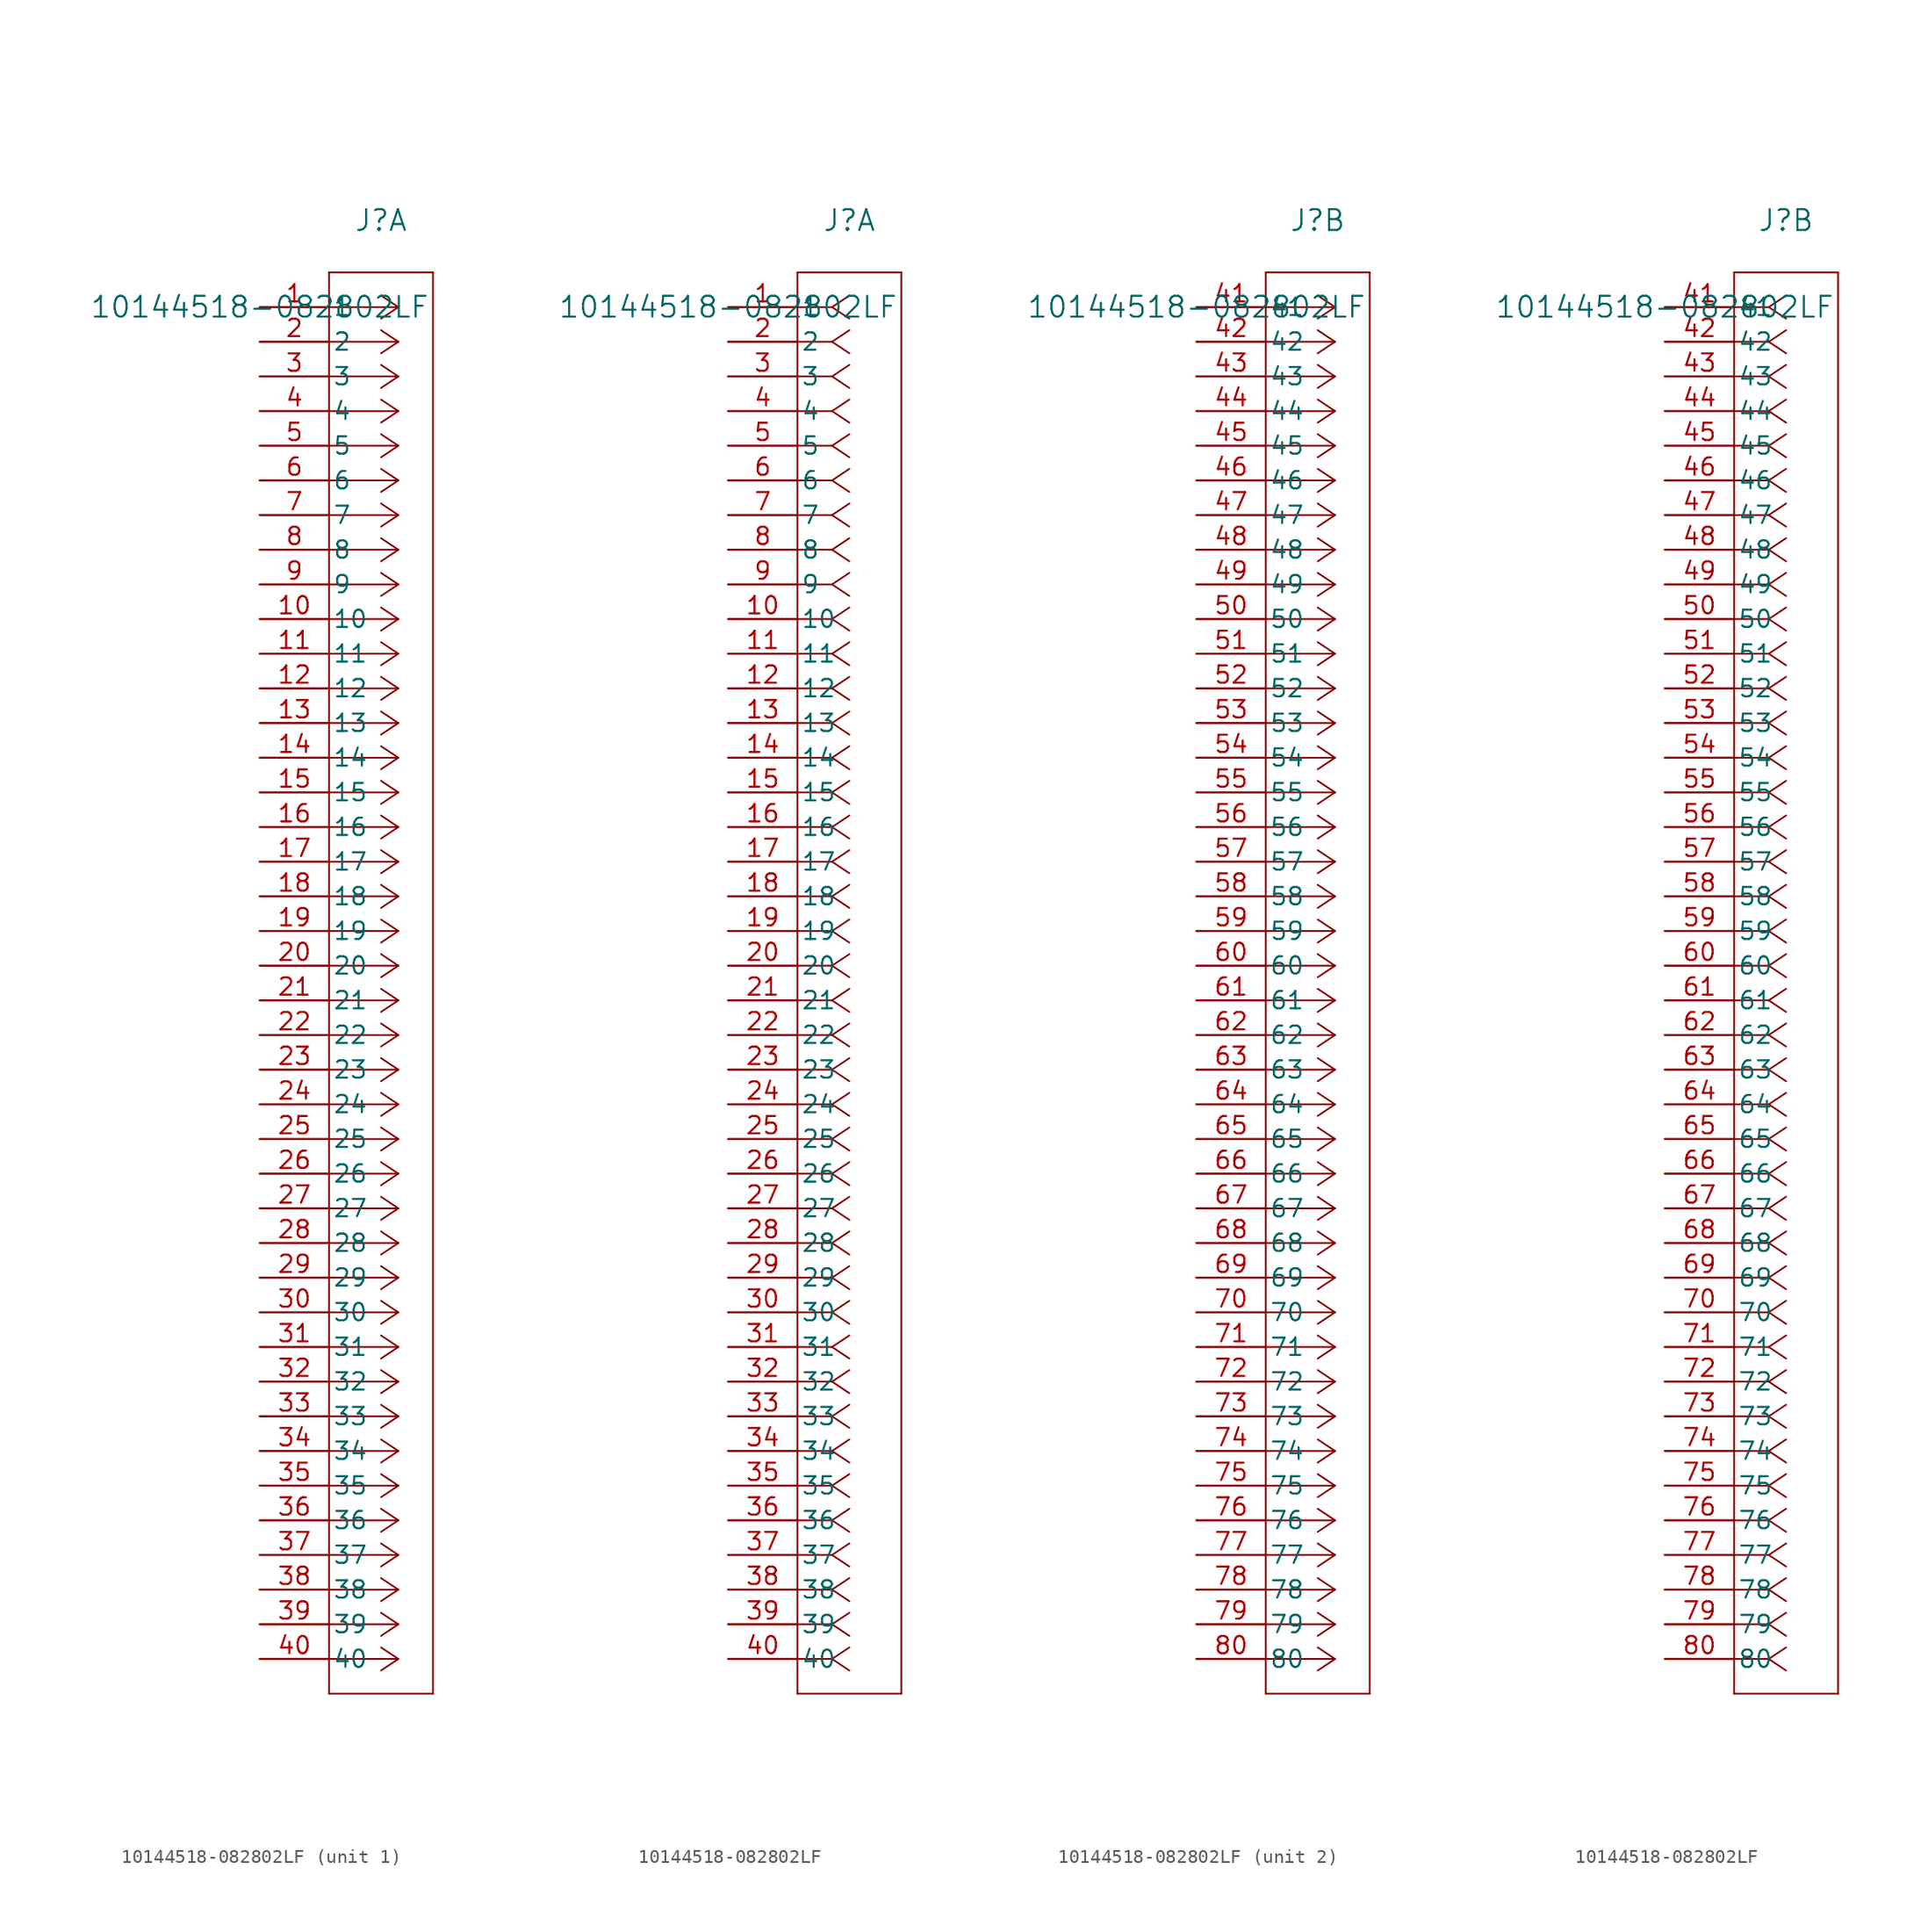
<source format=kicad_sym>
(kicad_symbol_lib
  (version 20241209)
  (generator "kicad_symbol_editor")
  (generator_version "9.0")
  (symbol "10144518-082802LF"
    (pin_names
      (offset 0.254))
    (property "Reference" "J"
      (at 8.89 6.35 0)
      (effects (font (size 1.524 1.524))))
    (property "Value" "10144518-082802LF"
      (at 0 0 0)
      (effects (font (size 1.524 1.524))))
    (property "ki_locked" ""
      (at 0 0 0)
      (effects (font (size 1.27 1.27))))
    (symbol "10144518-082802LF_1_1"
      (polyline (pts (xy 5.08 2.54) (xy 5.08 -101.6)) (stroke (width 0.127) (type default)) (fill (type none)))
      (polyline (pts (xy 5.08 -101.6) (xy 12.7 -101.6)) (stroke (width 0.127) (type default)) (fill (type none)))
      (polyline (pts (xy 10.16 0) (xy 5.08 0)) (stroke (width 0.127) (type default)) (fill (type none)))
      (polyline (pts (xy 10.16 0) (xy 8.89 0.847)) (stroke (width 0.127) (type default)) (fill (type none)))
      (polyline (pts (xy 10.16 0) (xy 8.89 -0.847)) (stroke (width 0.127) (type default)) (fill (type none)))
      (polyline (pts (xy 10.16 -2.54) (xy 5.08 -2.54)) (stroke (width 0.127) (type default)) (fill (type none)))
      (polyline (pts (xy 10.16 -2.54) (xy 8.89 -1.693)) (stroke (width 0.127) (type default)) (fill (type none)))
      (polyline (pts (xy 10.16 -2.54) (xy 8.89 -3.387)) (stroke (width 0.127) (type default)) (fill (type none)))
      (polyline (pts (xy 10.16 -5.08) (xy 5.08 -5.08)) (stroke (width 0.127) (type default)) (fill (type none)))
      (polyline (pts (xy 10.16 -5.08) (xy 8.89 -4.233)) (stroke (width 0.127) (type default)) (fill (type none)))
      (polyline (pts (xy 10.16 -5.08) (xy 8.89 -5.927)) (stroke (width 0.127) (type default)) (fill (type none)))
      (polyline (pts (xy 10.16 -7.62) (xy 5.08 -7.62)) (stroke (width 0.127) (type default)) (fill (type none)))
      (polyline (pts (xy 10.16 -7.62) (xy 8.89 -6.773)) (stroke (width 0.127) (type default)) (fill (type none)))
      (polyline (pts (xy 10.16 -7.62) (xy 8.89 -8.467)) (stroke (width 0.127) (type default)) (fill (type none)))
      (polyline (pts (xy 10.16 -10.16) (xy 5.08 -10.16)) (stroke (width 0.127) (type default)) (fill (type none)))
      (polyline (pts (xy 10.16 -10.16) (xy 8.89 -9.313)) (stroke (width 0.127) (type default)) (fill (type none)))
      (polyline (pts (xy 10.16 -10.16) (xy 8.89 -11.007)) (stroke (width 0.127) (type default)) (fill (type none)))
      (polyline (pts (xy 10.16 -12.7) (xy 5.08 -12.7)) (stroke (width 0.127) (type default)) (fill (type none)))
      (polyline (pts (xy 10.16 -12.7) (xy 8.89 -11.853)) (stroke (width 0.127) (type default)) (fill (type none)))
      (polyline (pts (xy 10.16 -12.7) (xy 8.89 -13.547)) (stroke (width 0.127) (type default)) (fill (type none)))
      (polyline (pts (xy 10.16 -15.24) (xy 5.08 -15.24)) (stroke (width 0.127) (type default)) (fill (type none)))
      (polyline (pts (xy 10.16 -15.24) (xy 8.89 -14.393)) (stroke (width 0.127) (type default)) (fill (type none)))
      (polyline (pts (xy 10.16 -15.24) (xy 8.89 -16.087)) (stroke (width 0.127) (type default)) (fill (type none)))
      (polyline (pts (xy 10.16 -17.78) (xy 5.08 -17.78)) (stroke (width 0.127) (type default)) (fill (type none)))
      (polyline (pts (xy 10.16 -17.78) (xy 8.89 -16.933)) (stroke (width 0.127) (type default)) (fill (type none)))
      (polyline (pts (xy 10.16 -17.78) (xy 8.89 -18.627)) (stroke (width 0.127) (type default)) (fill (type none)))
      (polyline (pts (xy 10.16 -20.32) (xy 5.08 -20.32)) (stroke (width 0.127) (type default)) (fill (type none)))
      (polyline (pts (xy 10.16 -20.32) (xy 8.89 -19.473)) (stroke (width 0.127) (type default)) (fill (type none)))
      (polyline (pts (xy 10.16 -20.32) (xy 8.89 -21.167)) (stroke (width 0.127) (type default)) (fill (type none)))
      (polyline (pts (xy 10.16 -22.86) (xy 5.08 -22.86)) (stroke (width 0.127) (type default)) (fill (type none)))
      (polyline (pts (xy 10.16 -22.86) (xy 8.89 -22.013)) (stroke (width 0.127) (type default)) (fill (type none)))
      (polyline (pts (xy 10.16 -22.86) (xy 8.89 -23.707)) (stroke (width 0.127) (type default)) (fill (type none)))
      (polyline (pts (xy 10.16 -25.4) (xy 5.08 -25.4)) (stroke (width 0.127) (type default)) (fill (type none)))
      (polyline (pts (xy 10.16 -25.4) (xy 8.89 -24.553)) (stroke (width 0.127) (type default)) (fill (type none)))
      (polyline (pts (xy 10.16 -25.4) (xy 8.89 -26.247)) (stroke (width 0.127) (type default)) (fill (type none)))
      (polyline (pts (xy 10.16 -27.94) (xy 5.08 -27.94)) (stroke (width 0.127) (type default)) (fill (type none)))
      (polyline (pts (xy 10.16 -27.94) (xy 8.89 -27.093)) (stroke (width 0.127) (type default)) (fill (type none)))
      (polyline (pts (xy 10.16 -27.94) (xy 8.89 -28.787)) (stroke (width 0.127) (type default)) (fill (type none)))
      (polyline (pts (xy 10.16 -30.48) (xy 5.08 -30.48)) (stroke (width 0.127) (type default)) (fill (type none)))
      (polyline (pts (xy 10.16 -30.48) (xy 8.89 -29.633)) (stroke (width 0.127) (type default)) (fill (type none)))
      (polyline (pts (xy 10.16 -30.48) (xy 8.89 -31.327)) (stroke (width 0.127) (type default)) (fill (type none)))
      (polyline (pts (xy 10.16 -33.02) (xy 5.08 -33.02)) (stroke (width 0.127) (type default)) (fill (type none)))
      (polyline (pts (xy 10.16 -33.02) (xy 8.89 -32.173)) (stroke (width 0.127) (type default)) (fill (type none)))
      (polyline (pts (xy 10.16 -33.02) (xy 8.89 -33.867)) (stroke (width 0.127) (type default)) (fill (type none)))
      (polyline (pts (xy 10.16 -35.56) (xy 5.08 -35.56)) (stroke (width 0.127) (type default)) (fill (type none)))
      (polyline (pts (xy 10.16 -35.56) (xy 8.89 -34.713)) (stroke (width 0.127) (type default)) (fill (type none)))
      (polyline (pts (xy 10.16 -35.56) (xy 8.89 -36.407)) (stroke (width 0.127) (type default)) (fill (type none)))
      (polyline (pts (xy 10.16 -38.1) (xy 5.08 -38.1)) (stroke (width 0.127) (type default)) (fill (type none)))
      (polyline (pts (xy 10.16 -38.1) (xy 8.89 -37.253)) (stroke (width 0.127) (type default)) (fill (type none)))
      (polyline (pts (xy 10.16 -38.1) (xy 8.89 -38.947)) (stroke (width 0.127) (type default)) (fill (type none)))
      (polyline (pts (xy 10.16 -40.64) (xy 5.08 -40.64)) (stroke (width 0.127) (type default)) (fill (type none)))
      (polyline (pts (xy 10.16 -40.64) (xy 8.89 -39.793)) (stroke (width 0.127) (type default)) (fill (type none)))
      (polyline (pts (xy 10.16 -40.64) (xy 8.89 -41.487)) (stroke (width 0.127) (type default)) (fill (type none)))
      (polyline (pts (xy 10.16 -43.18) (xy 5.08 -43.18)) (stroke (width 0.127) (type default)) (fill (type none)))
      (polyline (pts (xy 10.16 -43.18) (xy 8.89 -42.333)) (stroke (width 0.127) (type default)) (fill (type none)))
      (polyline (pts (xy 10.16 -43.18) (xy 8.89 -44.027)) (stroke (width 0.127) (type default)) (fill (type none)))
      (polyline (pts (xy 10.16 -45.72) (xy 5.08 -45.72)) (stroke (width 0.127) (type default)) (fill (type none)))
      (polyline (pts (xy 10.16 -45.72) (xy 8.89 -44.873)) (stroke (width 0.127) (type default)) (fill (type none)))
      (polyline (pts (xy 10.16 -45.72) (xy 8.89 -46.567)) (stroke (width 0.127) (type default)) (fill (type none)))
      (polyline (pts (xy 10.16 -48.26) (xy 5.08 -48.26)) (stroke (width 0.127) (type default)) (fill (type none)))
      (polyline (pts (xy 10.16 -48.26) (xy 8.89 -47.413)) (stroke (width 0.127) (type default)) (fill (type none)))
      (polyline (pts (xy 10.16 -48.26) (xy 8.89 -49.107)) (stroke (width 0.127) (type default)) (fill (type none)))
      (polyline (pts (xy 10.16 -50.8) (xy 5.08 -50.8)) (stroke (width 0.127) (type default)) (fill (type none)))
      (polyline (pts (xy 10.16 -50.8) (xy 8.89 -49.953)) (stroke (width 0.127) (type default)) (fill (type none)))
      (polyline (pts (xy 10.16 -50.8) (xy 8.89 -51.647)) (stroke (width 0.127) (type default)) (fill (type none)))
      (polyline (pts (xy 10.16 -53.34) (xy 5.08 -53.34)) (stroke (width 0.127) (type default)) (fill (type none)))
      (polyline (pts (xy 10.16 -53.34) (xy 8.89 -52.493)) (stroke (width 0.127) (type default)) (fill (type none)))
      (polyline (pts (xy 10.16 -53.34) (xy 8.89 -54.187)) (stroke (width 0.127) (type default)) (fill (type none)))
      (polyline (pts (xy 10.16 -55.88) (xy 5.08 -55.88)) (stroke (width 0.127) (type default)) (fill (type none)))
      (polyline (pts (xy 10.16 -55.88) (xy 8.89 -55.033)) (stroke (width 0.127) (type default)) (fill (type none)))
      (polyline (pts (xy 10.16 -55.88) (xy 8.89 -56.727)) (stroke (width 0.127) (type default)) (fill (type none)))
      (polyline (pts (xy 10.16 -58.42) (xy 5.08 -58.42)) (stroke (width 0.127) (type default)) (fill (type none)))
      (polyline (pts (xy 10.16 -58.42) (xy 8.89 -57.573)) (stroke (width 0.127) (type default)) (fill (type none)))
      (polyline (pts (xy 10.16 -58.42) (xy 8.89 -59.267)) (stroke (width 0.127) (type default)) (fill (type none)))
      (polyline (pts (xy 10.16 -60.96) (xy 5.08 -60.96)) (stroke (width 0.127) (type default)) (fill (type none)))
      (polyline (pts (xy 10.16 -60.96) (xy 8.89 -60.113)) (stroke (width 0.127) (type default)) (fill (type none)))
      (polyline (pts (xy 10.16 -60.96) (xy 8.89 -61.807)) (stroke (width 0.127) (type default)) (fill (type none)))
      (polyline (pts (xy 10.16 -63.5) (xy 5.08 -63.5)) (stroke (width 0.127) (type default)) (fill (type none)))
      (polyline (pts (xy 10.16 -63.5) (xy 8.89 -62.653)) (stroke (width 0.127) (type default)) (fill (type none)))
      (polyline (pts (xy 10.16 -63.5) (xy 8.89 -64.347)) (stroke (width 0.127) (type default)) (fill (type none)))
      (polyline (pts (xy 10.16 -66.04) (xy 5.08 -66.04)) (stroke (width 0.127) (type default)) (fill (type none)))
      (polyline (pts (xy 10.16 -66.04) (xy 8.89 -65.193)) (stroke (width 0.127) (type default)) (fill (type none)))
      (polyline (pts (xy 10.16 -66.04) (xy 8.89 -66.887)) (stroke (width 0.127) (type default)) (fill (type none)))
      (polyline (pts (xy 10.16 -68.58) (xy 5.08 -68.58)) (stroke (width 0.127) (type default)) (fill (type none)))
      (polyline (pts (xy 10.16 -68.58) (xy 8.89 -67.733)) (stroke (width 0.127) (type default)) (fill (type none)))
      (polyline (pts (xy 10.16 -68.58) (xy 8.89 -69.427)) (stroke (width 0.127) (type default)) (fill (type none)))
      (polyline (pts (xy 10.16 -71.12) (xy 5.08 -71.12)) (stroke (width 0.127) (type default)) (fill (type none)))
      (polyline (pts (xy 10.16 -71.12) (xy 8.89 -70.273)) (stroke (width 0.127) (type default)) (fill (type none)))
      (polyline (pts (xy 10.16 -71.12) (xy 8.89 -71.967)) (stroke (width 0.127) (type default)) (fill (type none)))
      (polyline (pts (xy 10.16 -73.66) (xy 5.08 -73.66)) (stroke (width 0.127) (type default)) (fill (type none)))
      (polyline (pts (xy 10.16 -73.66) (xy 8.89 -72.813)) (stroke (width 0.127) (type default)) (fill (type none)))
      (polyline (pts (xy 10.16 -73.66) (xy 8.89 -74.507)) (stroke (width 0.127) (type default)) (fill (type none)))
      (polyline (pts (xy 10.16 -76.2) (xy 5.08 -76.2)) (stroke (width 0.127) (type default)) (fill (type none)))
      (polyline (pts (xy 10.16 -76.2) (xy 8.89 -75.353)) (stroke (width 0.127) (type default)) (fill (type none)))
      (polyline (pts (xy 10.16 -76.2) (xy 8.89 -77.047)) (stroke (width 0.127) (type default)) (fill (type none)))
      (polyline (pts (xy 10.16 -78.74) (xy 5.08 -78.74)) (stroke (width 0.127) (type default)) (fill (type none)))
      (polyline (pts (xy 10.16 -78.74) (xy 8.89 -77.893)) (stroke (width 0.127) (type default)) (fill (type none)))
      (polyline (pts (xy 10.16 -78.74) (xy 8.89 -79.587)) (stroke (width 0.127) (type default)) (fill (type none)))
      (polyline (pts (xy 10.16 -81.28) (xy 5.08 -81.28)) (stroke (width 0.127) (type default)) (fill (type none)))
      (polyline (pts (xy 10.16 -81.28) (xy 8.89 -80.433)) (stroke (width 0.127) (type default)) (fill (type none)))
      (polyline (pts (xy 10.16 -81.28) (xy 8.89 -82.127)) (stroke (width 0.127) (type default)) (fill (type none)))
      (polyline (pts (xy 10.16 -83.82) (xy 5.08 -83.82)) (stroke (width 0.127) (type default)) (fill (type none)))
      (polyline (pts (xy 10.16 -83.82) (xy 8.89 -82.973)) (stroke (width 0.127) (type default)) (fill (type none)))
      (polyline (pts (xy 10.16 -83.82) (xy 8.89 -84.667)) (stroke (width 0.127) (type default)) (fill (type none)))
      (polyline (pts (xy 10.16 -86.36) (xy 5.08 -86.36)) (stroke (width 0.127) (type default)) (fill (type none)))
      (polyline (pts (xy 10.16 -86.36) (xy 8.89 -85.513)) (stroke (width 0.127) (type default)) (fill (type none)))
      (polyline (pts (xy 10.16 -86.36) (xy 8.89 -87.207)) (stroke (width 0.127) (type default)) (fill (type none)))
      (polyline (pts (xy 10.16 -88.9) (xy 5.08 -88.9)) (stroke (width 0.127) (type default)) (fill (type none)))
      (polyline (pts (xy 10.16 -88.9) (xy 8.89 -88.053)) (stroke (width 0.127) (type default)) (fill (type none)))
      (polyline (pts (xy 10.16 -88.9) (xy 8.89 -89.747)) (stroke (width 0.127) (type default)) (fill (type none)))
      (polyline (pts (xy 10.16 -91.44) (xy 5.08 -91.44)) (stroke (width 0.127) (type default)) (fill (type none)))
      (polyline (pts (xy 10.16 -91.44) (xy 8.89 -90.593)) (stroke (width 0.127) (type default)) (fill (type none)))
      (polyline (pts (xy 10.16 -91.44) (xy 8.89 -92.287)) (stroke (width 0.127) (type default)) (fill (type none)))
      (polyline (pts (xy 10.16 -93.98) (xy 5.08 -93.98)) (stroke (width 0.127) (type default)) (fill (type none)))
      (polyline (pts (xy 10.16 -93.98) (xy 8.89 -93.133)) (stroke (width 0.127) (type default)) (fill (type none)))
      (polyline (pts (xy 10.16 -93.98) (xy 8.89 -94.827)) (stroke (width 0.127) (type default)) (fill (type none)))
      (polyline (pts (xy 10.16 -96.52) (xy 5.08 -96.52)) (stroke (width 0.127) (type default)) (fill (type none)))
      (polyline (pts (xy 10.16 -96.52) (xy 8.89 -95.673)) (stroke (width 0.127) (type default)) (fill (type none)))
      (polyline (pts (xy 10.16 -96.52) (xy 8.89 -97.367)) (stroke (width 0.127) (type default)) (fill (type none)))
      (polyline (pts (xy 10.16 -99.06) (xy 5.08 -99.06)) (stroke (width 0.127) (type default)) (fill (type none)))
      (polyline (pts (xy 10.16 -99.06) (xy 8.89 -98.213)) (stroke (width 0.127) (type default)) (fill (type none)))
      (polyline (pts (xy 10.16 -99.06) (xy 8.89 -99.907)) (stroke (width 0.127) (type default)) (fill (type none)))
      (polyline (pts (xy 12.7 2.54) (xy 5.08 2.54)) (stroke (width 0.127) (type default)) (fill (type none)))
      (polyline (pts (xy 12.7 -101.6) (xy 12.7 2.54)) (stroke (width 0.127) (type default)) (fill (type none)))
      (pin unspecified line (at 0 0 0) (length 5.08) (name "1" (effects (font (size 1.27 1.27)))) (number "1" (effects (font (size 1.27 1.27)))))
      (pin unspecified line (at 0 -2.54 0) (length 5.08) (name "2" (effects (font (size 1.27 1.27)))) (number "2" (effects (font (size 1.27 1.27)))))
      (pin unspecified line (at 0 -5.08 0) (length 5.08) (name "3" (effects (font (size 1.27 1.27)))) (number "3" (effects (font (size 1.27 1.27)))))
      (pin unspecified line (at 0 -7.62 0) (length 5.08) (name "4" (effects (font (size 1.27 1.27)))) (number "4" (effects (font (size 1.27 1.27)))))
      (pin unspecified line (at 0 -10.16 0) (length 5.08) (name "5" (effects (font (size 1.27 1.27)))) (number "5" (effects (font (size 1.27 1.27)))))
      (pin unspecified line (at 0 -12.7 0) (length 5.08) (name "6" (effects (font (size 1.27 1.27)))) (number "6" (effects (font (size 1.27 1.27)))))
      (pin unspecified line (at 0 -15.24 0) (length 5.08) (name "7" (effects (font (size 1.27 1.27)))) (number "7" (effects (font (size 1.27 1.27)))))
      (pin unspecified line (at 0 -17.78 0) (length 5.08) (name "8" (effects (font (size 1.27 1.27)))) (number "8" (effects (font (size 1.27 1.27)))))
      (pin unspecified line (at 0 -20.32 0) (length 5.08) (name "9" (effects (font (size 1.27 1.27)))) (number "9" (effects (font (size 1.27 1.27)))))
      (pin unspecified line (at 0 -22.86 0) (length 5.08) (name "10" (effects (font (size 1.27 1.27)))) (number "10" (effects (font (size 1.27 1.27)))))
      (pin unspecified line (at 0 -25.4 0) (length 5.08) (name "11" (effects (font (size 1.27 1.27)))) (number "11" (effects (font (size 1.27 1.27)))))
      (pin unspecified line (at 0 -27.94 0) (length 5.08) (name "12" (effects (font (size 1.27 1.27)))) (number "12" (effects (font (size 1.27 1.27)))))
      (pin unspecified line (at 0 -30.48 0) (length 5.08) (name "13" (effects (font (size 1.27 1.27)))) (number "13" (effects (font (size 1.27 1.27)))))
      (pin unspecified line (at 0 -33.02 0) (length 5.08) (name "14" (effects (font (size 1.27 1.27)))) (number "14" (effects (font (size 1.27 1.27)))))
      (pin unspecified line (at 0 -35.56 0) (length 5.08) (name "15" (effects (font (size 1.27 1.27)))) (number "15" (effects (font (size 1.27 1.27)))))
      (pin unspecified line (at 0 -38.1 0) (length 5.08) (name "16" (effects (font (size 1.27 1.27)))) (number "16" (effects (font (size 1.27 1.27)))))
      (pin unspecified line (at 0 -40.64 0) (length 5.08) (name "17" (effects (font (size 1.27 1.27)))) (number "17" (effects (font (size 1.27 1.27)))))
      (pin unspecified line (at 0 -43.18 0) (length 5.08) (name "18" (effects (font (size 1.27 1.27)))) (number "18" (effects (font (size 1.27 1.27)))))
      (pin unspecified line (at 0 -45.72 0) (length 5.08) (name "19" (effects (font (size 1.27 1.27)))) (number "19" (effects (font (size 1.27 1.27)))))
      (pin unspecified line (at 0 -48.26 0) (length 5.08) (name "20" (effects (font (size 1.27 1.27)))) (number "20" (effects (font (size 1.27 1.27)))))
      (pin unspecified line (at 0 -50.8 0) (length 5.08) (name "21" (effects (font (size 1.27 1.27)))) (number "21" (effects (font (size 1.27 1.27)))))
      (pin unspecified line (at 0 -53.34 0) (length 5.08) (name "22" (effects (font (size 1.27 1.27)))) (number "22" (effects (font (size 1.27 1.27)))))
      (pin unspecified line (at 0 -55.88 0) (length 5.08) (name "23" (effects (font (size 1.27 1.27)))) (number "23" (effects (font (size 1.27 1.27)))))
      (pin unspecified line (at 0 -58.42 0) (length 5.08) (name "24" (effects (font (size 1.27 1.27)))) (number "24" (effects (font (size 1.27 1.27)))))
      (pin unspecified line (at 0 -60.96 0) (length 5.08) (name "25" (effects (font (size 1.27 1.27)))) (number "25" (effects (font (size 1.27 1.27)))))
      (pin unspecified line (at 0 -63.5 0) (length 5.08) (name "26" (effects (font (size 1.27 1.27)))) (number "26" (effects (font (size 1.27 1.27)))))
      (pin unspecified line (at 0 -66.04 0) (length 5.08) (name "27" (effects (font (size 1.27 1.27)))) (number "27" (effects (font (size 1.27 1.27)))))
      (pin unspecified line (at 0 -68.58 0) (length 5.08) (name "28" (effects (font (size 1.27 1.27)))) (number "28" (effects (font (size 1.27 1.27)))))
      (pin unspecified line (at 0 -71.12 0) (length 5.08) (name "29" (effects (font (size 1.27 1.27)))) (number "29" (effects (font (size 1.27 1.27)))))
      (pin unspecified line (at 0 -73.66 0) (length 5.08) (name "30" (effects (font (size 1.27 1.27)))) (number "30" (effects (font (size 1.27 1.27)))))
      (pin unspecified line (at 0 -76.2 0) (length 5.08) (name "31" (effects (font (size 1.27 1.27)))) (number "31" (effects (font (size 1.27 1.27)))))
      (pin unspecified line (at 0 -78.74 0) (length 5.08) (name "32" (effects (font (size 1.27 1.27)))) (number "32" (effects (font (size 1.27 1.27)))))
      (pin unspecified line (at 0 -81.28 0) (length 5.08) (name "33" (effects (font (size 1.27 1.27)))) (number "33" (effects (font (size 1.27 1.27)))))
      (pin unspecified line (at 0 -83.82 0) (length 5.08) (name "34" (effects (font (size 1.27 1.27)))) (number "34" (effects (font (size 1.27 1.27)))))
      (pin unspecified line (at 0 -86.36 0) (length 5.08) (name "35" (effects (font (size 1.27 1.27)))) (number "35" (effects (font (size 1.27 1.27)))))
      (pin unspecified line (at 0 -88.9 0) (length 5.08) (name "36" (effects (font (size 1.27 1.27)))) (number "36" (effects (font (size 1.27 1.27)))))
      (pin unspecified line (at 0 -91.44 0) (length 5.08) (name "37" (effects (font (size 1.27 1.27)))) (number "37" (effects (font (size 1.27 1.27)))))
      (pin unspecified line (at 0 -93.98 0) (length 5.08) (name "38" (effects (font (size 1.27 1.27)))) (number "38" (effects (font (size 1.27 1.27)))))
      (pin unspecified line (at 0 -96.52 0) (length 5.08) (name "39" (effects (font (size 1.27 1.27)))) (number "39" (effects (font (size 1.27 1.27)))))
      (pin unspecified line (at 0 -99.06 0) (length 5.08) (name "40" (effects (font (size 1.27 1.27)))) (number "40" (effects (font (size 1.27 1.27))))))
    (symbol "10144518-082802LF_1_2"
      (polyline (pts (xy 5.08 2.54) (xy 5.08 -101.6)) (stroke (width 0.127) (type default)) (fill (type none)))
      (polyline (pts (xy 5.08 -101.6) (xy 12.7 -101.6)) (stroke (width 0.127) (type default)) (fill (type none)))
      (polyline (pts (xy 7.62 0) (xy 5.08 0)) (stroke (width 0.127) (type default)) (fill (type none)))
      (polyline (pts (xy 7.62 0) (xy 8.89 0.847)) (stroke (width 0.127) (type default)) (fill (type none)))
      (polyline (pts (xy 7.62 0) (xy 8.89 -0.847)) (stroke (width 0.127) (type default)) (fill (type none)))
      (polyline (pts (xy 7.62 -2.54) (xy 5.08 -2.54)) (stroke (width 0.127) (type default)) (fill (type none)))
      (polyline (pts (xy 7.62 -2.54) (xy 8.89 -1.693)) (stroke (width 0.127) (type default)) (fill (type none)))
      (polyline (pts (xy 7.62 -2.54) (xy 8.89 -3.387)) (stroke (width 0.127) (type default)) (fill (type none)))
      (polyline (pts (xy 7.62 -5.08) (xy 5.08 -5.08)) (stroke (width 0.127) (type default)) (fill (type none)))
      (polyline (pts (xy 7.62 -5.08) (xy 8.89 -4.233)) (stroke (width 0.127) (type default)) (fill (type none)))
      (polyline (pts (xy 7.62 -5.08) (xy 8.89 -5.927)) (stroke (width 0.127) (type default)) (fill (type none)))
      (polyline (pts (xy 7.62 -7.62) (xy 5.08 -7.62)) (stroke (width 0.127) (type default)) (fill (type none)))
      (polyline (pts (xy 7.62 -7.62) (xy 8.89 -6.773)) (stroke (width 0.127) (type default)) (fill (type none)))
      (polyline (pts (xy 7.62 -7.62) (xy 8.89 -8.467)) (stroke (width 0.127) (type default)) (fill (type none)))
      (polyline (pts (xy 7.62 -10.16) (xy 5.08 -10.16)) (stroke (width 0.127) (type default)) (fill (type none)))
      (polyline (pts (xy 7.62 -10.16) (xy 8.89 -9.313)) (stroke (width 0.127) (type default)) (fill (type none)))
      (polyline (pts (xy 7.62 -10.16) (xy 8.89 -11.007)) (stroke (width 0.127) (type default)) (fill (type none)))
      (polyline (pts (xy 7.62 -12.7) (xy 5.08 -12.7)) (stroke (width 0.127) (type default)) (fill (type none)))
      (polyline (pts (xy 7.62 -12.7) (xy 8.89 -11.853)) (stroke (width 0.127) (type default)) (fill (type none)))
      (polyline (pts (xy 7.62 -12.7) (xy 8.89 -13.547)) (stroke (width 0.127) (type default)) (fill (type none)))
      (polyline (pts (xy 7.62 -15.24) (xy 5.08 -15.24)) (stroke (width 0.127) (type default)) (fill (type none)))
      (polyline (pts (xy 7.62 -15.24) (xy 8.89 -14.393)) (stroke (width 0.127) (type default)) (fill (type none)))
      (polyline (pts (xy 7.62 -15.24) (xy 8.89 -16.087)) (stroke (width 0.127) (type default)) (fill (type none)))
      (polyline (pts (xy 7.62 -17.78) (xy 5.08 -17.78)) (stroke (width 0.127) (type default)) (fill (type none)))
      (polyline (pts (xy 7.62 -17.78) (xy 8.89 -16.933)) (stroke (width 0.127) (type default)) (fill (type none)))
      (polyline (pts (xy 7.62 -17.78) (xy 8.89 -18.627)) (stroke (width 0.127) (type default)) (fill (type none)))
      (polyline (pts (xy 7.62 -20.32) (xy 5.08 -20.32)) (stroke (width 0.127) (type default)) (fill (type none)))
      (polyline (pts (xy 7.62 -20.32) (xy 8.89 -19.473)) (stroke (width 0.127) (type default)) (fill (type none)))
      (polyline (pts (xy 7.62 -20.32) (xy 8.89 -21.167)) (stroke (width 0.127) (type default)) (fill (type none)))
      (polyline (pts (xy 7.62 -22.86) (xy 5.08 -22.86)) (stroke (width 0.127) (type default)) (fill (type none)))
      (polyline (pts (xy 7.62 -22.86) (xy 8.89 -22.013)) (stroke (width 0.127) (type default)) (fill (type none)))
      (polyline (pts (xy 7.62 -22.86) (xy 8.89 -23.707)) (stroke (width 0.127) (type default)) (fill (type none)))
      (polyline (pts (xy 7.62 -25.4) (xy 5.08 -25.4)) (stroke (width 0.127) (type default)) (fill (type none)))
      (polyline (pts (xy 7.62 -25.4) (xy 8.89 -24.553)) (stroke (width 0.127) (type default)) (fill (type none)))
      (polyline (pts (xy 7.62 -25.4) (xy 8.89 -26.247)) (stroke (width 0.127) (type default)) (fill (type none)))
      (polyline (pts (xy 7.62 -27.94) (xy 5.08 -27.94)) (stroke (width 0.127) (type default)) (fill (type none)))
      (polyline (pts (xy 7.62 -27.94) (xy 8.89 -27.093)) (stroke (width 0.127) (type default)) (fill (type none)))
      (polyline (pts (xy 7.62 -27.94) (xy 8.89 -28.787)) (stroke (width 0.127) (type default)) (fill (type none)))
      (polyline (pts (xy 7.62 -30.48) (xy 5.08 -30.48)) (stroke (width 0.127) (type default)) (fill (type none)))
      (polyline (pts (xy 7.62 -30.48) (xy 8.89 -29.633)) (stroke (width 0.127) (type default)) (fill (type none)))
      (polyline (pts (xy 7.62 -30.48) (xy 8.89 -31.327)) (stroke (width 0.127) (type default)) (fill (type none)))
      (polyline (pts (xy 7.62 -33.02) (xy 5.08 -33.02)) (stroke (width 0.127) (type default)) (fill (type none)))
      (polyline (pts (xy 7.62 -33.02) (xy 8.89 -32.173)) (stroke (width 0.127) (type default)) (fill (type none)))
      (polyline (pts (xy 7.62 -33.02) (xy 8.89 -33.867)) (stroke (width 0.127) (type default)) (fill (type none)))
      (polyline (pts (xy 7.62 -35.56) (xy 5.08 -35.56)) (stroke (width 0.127) (type default)) (fill (type none)))
      (polyline (pts (xy 7.62 -35.56) (xy 8.89 -34.713)) (stroke (width 0.127) (type default)) (fill (type none)))
      (polyline (pts (xy 7.62 -35.56) (xy 8.89 -36.407)) (stroke (width 0.127) (type default)) (fill (type none)))
      (polyline (pts (xy 7.62 -38.1) (xy 5.08 -38.1)) (stroke (width 0.127) (type default)) (fill (type none)))
      (polyline (pts (xy 7.62 -38.1) (xy 8.89 -37.253)) (stroke (width 0.127) (type default)) (fill (type none)))
      (polyline (pts (xy 7.62 -38.1) (xy 8.89 -38.947)) (stroke (width 0.127) (type default)) (fill (type none)))
      (polyline (pts (xy 7.62 -40.64) (xy 5.08 -40.64)) (stroke (width 0.127) (type default)) (fill (type none)))
      (polyline (pts (xy 7.62 -40.64) (xy 8.89 -39.793)) (stroke (width 0.127) (type default)) (fill (type none)))
      (polyline (pts (xy 7.62 -40.64) (xy 8.89 -41.487)) (stroke (width 0.127) (type default)) (fill (type none)))
      (polyline (pts (xy 7.62 -43.18) (xy 5.08 -43.18)) (stroke (width 0.127) (type default)) (fill (type none)))
      (polyline (pts (xy 7.62 -43.18) (xy 8.89 -42.333)) (stroke (width 0.127) (type default)) (fill (type none)))
      (polyline (pts (xy 7.62 -43.18) (xy 8.89 -44.027)) (stroke (width 0.127) (type default)) (fill (type none)))
      (polyline (pts (xy 7.62 -45.72) (xy 5.08 -45.72)) (stroke (width 0.127) (type default)) (fill (type none)))
      (polyline (pts (xy 7.62 -45.72) (xy 8.89 -44.873)) (stroke (width 0.127) (type default)) (fill (type none)))
      (polyline (pts (xy 7.62 -45.72) (xy 8.89 -46.567)) (stroke (width 0.127) (type default)) (fill (type none)))
      (polyline (pts (xy 7.62 -48.26) (xy 5.08 -48.26)) (stroke (width 0.127) (type default)) (fill (type none)))
      (polyline (pts (xy 7.62 -48.26) (xy 8.89 -47.413)) (stroke (width 0.127) (type default)) (fill (type none)))
      (polyline (pts (xy 7.62 -48.26) (xy 8.89 -49.107)) (stroke (width 0.127) (type default)) (fill (type none)))
      (polyline (pts (xy 7.62 -50.8) (xy 5.08 -50.8)) (stroke (width 0.127) (type default)) (fill (type none)))
      (polyline (pts (xy 7.62 -50.8) (xy 8.89 -49.953)) (stroke (width 0.127) (type default)) (fill (type none)))
      (polyline (pts (xy 7.62 -50.8) (xy 8.89 -51.647)) (stroke (width 0.127) (type default)) (fill (type none)))
      (polyline (pts (xy 7.62 -53.34) (xy 5.08 -53.34)) (stroke (width 0.127) (type default)) (fill (type none)))
      (polyline (pts (xy 7.62 -53.34) (xy 8.89 -52.493)) (stroke (width 0.127) (type default)) (fill (type none)))
      (polyline (pts (xy 7.62 -53.34) (xy 8.89 -54.187)) (stroke (width 0.127) (type default)) (fill (type none)))
      (polyline (pts (xy 7.62 -55.88) (xy 5.08 -55.88)) (stroke (width 0.127) (type default)) (fill (type none)))
      (polyline (pts (xy 7.62 -55.88) (xy 8.89 -55.033)) (stroke (width 0.127) (type default)) (fill (type none)))
      (polyline (pts (xy 7.62 -55.88) (xy 8.89 -56.727)) (stroke (width 0.127) (type default)) (fill (type none)))
      (polyline (pts (xy 7.62 -58.42) (xy 5.08 -58.42)) (stroke (width 0.127) (type default)) (fill (type none)))
      (polyline (pts (xy 7.62 -58.42) (xy 8.89 -57.573)) (stroke (width 0.127) (type default)) (fill (type none)))
      (polyline (pts (xy 7.62 -58.42) (xy 8.89 -59.267)) (stroke (width 0.127) (type default)) (fill (type none)))
      (polyline (pts (xy 7.62 -60.96) (xy 5.08 -60.96)) (stroke (width 0.127) (type default)) (fill (type none)))
      (polyline (pts (xy 7.62 -60.96) (xy 8.89 -60.113)) (stroke (width 0.127) (type default)) (fill (type none)))
      (polyline (pts (xy 7.62 -60.96) (xy 8.89 -61.807)) (stroke (width 0.127) (type default)) (fill (type none)))
      (polyline (pts (xy 7.62 -63.5) (xy 5.08 -63.5)) (stroke (width 0.127) (type default)) (fill (type none)))
      (polyline (pts (xy 7.62 -63.5) (xy 8.89 -62.653)) (stroke (width 0.127) (type default)) (fill (type none)))
      (polyline (pts (xy 7.62 -63.5) (xy 8.89 -64.347)) (stroke (width 0.127) (type default)) (fill (type none)))
      (polyline (pts (xy 7.62 -66.04) (xy 5.08 -66.04)) (stroke (width 0.127) (type default)) (fill (type none)))
      (polyline (pts (xy 7.62 -66.04) (xy 8.89 -65.193)) (stroke (width 0.127) (type default)) (fill (type none)))
      (polyline (pts (xy 7.62 -66.04) (xy 8.89 -66.887)) (stroke (width 0.127) (type default)) (fill (type none)))
      (polyline (pts (xy 7.62 -68.58) (xy 5.08 -68.58)) (stroke (width 0.127) (type default)) (fill (type none)))
      (polyline (pts (xy 7.62 -68.58) (xy 8.89 -67.733)) (stroke (width 0.127) (type default)) (fill (type none)))
      (polyline (pts (xy 7.62 -68.58) (xy 8.89 -69.427)) (stroke (width 0.127) (type default)) (fill (type none)))
      (polyline (pts (xy 7.62 -71.12) (xy 5.08 -71.12)) (stroke (width 0.127) (type default)) (fill (type none)))
      (polyline (pts (xy 7.62 -71.12) (xy 8.89 -70.273)) (stroke (width 0.127) (type default)) (fill (type none)))
      (polyline (pts (xy 7.62 -71.12) (xy 8.89 -71.967)) (stroke (width 0.127) (type default)) (fill (type none)))
      (polyline (pts (xy 7.62 -73.66) (xy 5.08 -73.66)) (stroke (width 0.127) (type default)) (fill (type none)))
      (polyline (pts (xy 7.62 -73.66) (xy 8.89 -72.813)) (stroke (width 0.127) (type default)) (fill (type none)))
      (polyline (pts (xy 7.62 -73.66) (xy 8.89 -74.507)) (stroke (width 0.127) (type default)) (fill (type none)))
      (polyline (pts (xy 7.62 -76.2) (xy 5.08 -76.2)) (stroke (width 0.127) (type default)) (fill (type none)))
      (polyline (pts (xy 7.62 -76.2) (xy 8.89 -75.353)) (stroke (width 0.127) (type default)) (fill (type none)))
      (polyline (pts (xy 7.62 -76.2) (xy 8.89 -77.047)) (stroke (width 0.127) (type default)) (fill (type none)))
      (polyline (pts (xy 7.62 -78.74) (xy 5.08 -78.74)) (stroke (width 0.127) (type default)) (fill (type none)))
      (polyline (pts (xy 7.62 -78.74) (xy 8.89 -77.893)) (stroke (width 0.127) (type default)) (fill (type none)))
      (polyline (pts (xy 7.62 -78.74) (xy 8.89 -79.587)) (stroke (width 0.127) (type default)) (fill (type none)))
      (polyline (pts (xy 7.62 -81.28) (xy 5.08 -81.28)) (stroke (width 0.127) (type default)) (fill (type none)))
      (polyline (pts (xy 7.62 -81.28) (xy 8.89 -80.433)) (stroke (width 0.127) (type default)) (fill (type none)))
      (polyline (pts (xy 7.62 -81.28) (xy 8.89 -82.127)) (stroke (width 0.127) (type default)) (fill (type none)))
      (polyline (pts (xy 7.62 -83.82) (xy 5.08 -83.82)) (stroke (width 0.127) (type default)) (fill (type none)))
      (polyline (pts (xy 7.62 -83.82) (xy 8.89 -82.973)) (stroke (width 0.127) (type default)) (fill (type none)))
      (polyline (pts (xy 7.62 -83.82) (xy 8.89 -84.667)) (stroke (width 0.127) (type default)) (fill (type none)))
      (polyline (pts (xy 7.62 -86.36) (xy 5.08 -86.36)) (stroke (width 0.127) (type default)) (fill (type none)))
      (polyline (pts (xy 7.62 -86.36) (xy 8.89 -85.513)) (stroke (width 0.127) (type default)) (fill (type none)))
      (polyline (pts (xy 7.62 -86.36) (xy 8.89 -87.207)) (stroke (width 0.127) (type default)) (fill (type none)))
      (polyline (pts (xy 7.62 -88.9) (xy 5.08 -88.9)) (stroke (width 0.127) (type default)) (fill (type none)))
      (polyline (pts (xy 7.62 -88.9) (xy 8.89 -88.053)) (stroke (width 0.127) (type default)) (fill (type none)))
      (polyline (pts (xy 7.62 -88.9) (xy 8.89 -89.747)) (stroke (width 0.127) (type default)) (fill (type none)))
      (polyline (pts (xy 7.62 -91.44) (xy 5.08 -91.44)) (stroke (width 0.127) (type default)) (fill (type none)))
      (polyline (pts (xy 7.62 -91.44) (xy 8.89 -90.593)) (stroke (width 0.127) (type default)) (fill (type none)))
      (polyline (pts (xy 7.62 -91.44) (xy 8.89 -92.287)) (stroke (width 0.127) (type default)) (fill (type none)))
      (polyline (pts (xy 7.62 -93.98) (xy 5.08 -93.98)) (stroke (width 0.127) (type default)) (fill (type none)))
      (polyline (pts (xy 7.62 -93.98) (xy 8.89 -93.133)) (stroke (width 0.127) (type default)) (fill (type none)))
      (polyline (pts (xy 7.62 -93.98) (xy 8.89 -94.827)) (stroke (width 0.127) (type default)) (fill (type none)))
      (polyline (pts (xy 7.62 -96.52) (xy 5.08 -96.52)) (stroke (width 0.127) (type default)) (fill (type none)))
      (polyline (pts (xy 7.62 -96.52) (xy 8.89 -95.673)) (stroke (width 0.127) (type default)) (fill (type none)))
      (polyline (pts (xy 7.62 -96.52) (xy 8.89 -97.367)) (stroke (width 0.127) (type default)) (fill (type none)))
      (polyline (pts (xy 7.62 -99.06) (xy 5.08 -99.06)) (stroke (width 0.127) (type default)) (fill (type none)))
      (polyline (pts (xy 7.62 -99.06) (xy 8.89 -98.213)) (stroke (width 0.127) (type default)) (fill (type none)))
      (polyline (pts (xy 7.62 -99.06) (xy 8.89 -99.907)) (stroke (width 0.127) (type default)) (fill (type none)))
      (polyline (pts (xy 12.7 2.54) (xy 5.08 2.54)) (stroke (width 0.127) (type default)) (fill (type none)))
      (polyline (pts (xy 12.7 -101.6) (xy 12.7 2.54)) (stroke (width 0.127) (type default)) (fill (type none)))
      (pin unspecified line (at 0 0 0) (length 5.08) (name "1" (effects (font (size 1.27 1.27)))) (number "1" (effects (font (size 1.27 1.27)))))
      (pin unspecified line (at 0 -2.54 0) (length 5.08) (name "2" (effects (font (size 1.27 1.27)))) (number "2" (effects (font (size 1.27 1.27)))))
      (pin unspecified line (at 0 -5.08 0) (length 5.08) (name "3" (effects (font (size 1.27 1.27)))) (number "3" (effects (font (size 1.27 1.27)))))
      (pin unspecified line (at 0 -7.62 0) (length 5.08) (name "4" (effects (font (size 1.27 1.27)))) (number "4" (effects (font (size 1.27 1.27)))))
      (pin unspecified line (at 0 -10.16 0) (length 5.08) (name "5" (effects (font (size 1.27 1.27)))) (number "5" (effects (font (size 1.27 1.27)))))
      (pin unspecified line (at 0 -12.7 0) (length 5.08) (name "6" (effects (font (size 1.27 1.27)))) (number "6" (effects (font (size 1.27 1.27)))))
      (pin unspecified line (at 0 -15.24 0) (length 5.08) (name "7" (effects (font (size 1.27 1.27)))) (number "7" (effects (font (size 1.27 1.27)))))
      (pin unspecified line (at 0 -17.78 0) (length 5.08) (name "8" (effects (font (size 1.27 1.27)))) (number "8" (effects (font (size 1.27 1.27)))))
      (pin unspecified line (at 0 -20.32 0) (length 5.08) (name "9" (effects (font (size 1.27 1.27)))) (number "9" (effects (font (size 1.27 1.27)))))
      (pin unspecified line (at 0 -22.86 0) (length 5.08) (name "10" (effects (font (size 1.27 1.27)))) (number "10" (effects (font (size 1.27 1.27)))))
      (pin unspecified line (at 0 -25.4 0) (length 5.08) (name "11" (effects (font (size 1.27 1.27)))) (number "11" (effects (font (size 1.27 1.27)))))
      (pin unspecified line (at 0 -27.94 0) (length 5.08) (name "12" (effects (font (size 1.27 1.27)))) (number "12" (effects (font (size 1.27 1.27)))))
      (pin unspecified line (at 0 -30.48 0) (length 5.08) (name "13" (effects (font (size 1.27 1.27)))) (number "13" (effects (font (size 1.27 1.27)))))
      (pin unspecified line (at 0 -33.02 0) (length 5.08) (name "14" (effects (font (size 1.27 1.27)))) (number "14" (effects (font (size 1.27 1.27)))))
      (pin unspecified line (at 0 -35.56 0) (length 5.08) (name "15" (effects (font (size 1.27 1.27)))) (number "15" (effects (font (size 1.27 1.27)))))
      (pin unspecified line (at 0 -38.1 0) (length 5.08) (name "16" (effects (font (size 1.27 1.27)))) (number "16" (effects (font (size 1.27 1.27)))))
      (pin unspecified line (at 0 -40.64 0) (length 5.08) (name "17" (effects (font (size 1.27 1.27)))) (number "17" (effects (font (size 1.27 1.27)))))
      (pin unspecified line (at 0 -43.18 0) (length 5.08) (name "18" (effects (font (size 1.27 1.27)))) (number "18" (effects (font (size 1.27 1.27)))))
      (pin unspecified line (at 0 -45.72 0) (length 5.08) (name "19" (effects (font (size 1.27 1.27)))) (number "19" (effects (font (size 1.27 1.27)))))
      (pin unspecified line (at 0 -48.26 0) (length 5.08) (name "20" (effects (font (size 1.27 1.27)))) (number "20" (effects (font (size 1.27 1.27)))))
      (pin unspecified line (at 0 -50.8 0) (length 5.08) (name "21" (effects (font (size 1.27 1.27)))) (number "21" (effects (font (size 1.27 1.27)))))
      (pin unspecified line (at 0 -53.34 0) (length 5.08) (name "22" (effects (font (size 1.27 1.27)))) (number "22" (effects (font (size 1.27 1.27)))))
      (pin unspecified line (at 0 -55.88 0) (length 5.08) (name "23" (effects (font (size 1.27 1.27)))) (number "23" (effects (font (size 1.27 1.27)))))
      (pin unspecified line (at 0 -58.42 0) (length 5.08) (name "24" (effects (font (size 1.27 1.27)))) (number "24" (effects (font (size 1.27 1.27)))))
      (pin unspecified line (at 0 -60.96 0) (length 5.08) (name "25" (effects (font (size 1.27 1.27)))) (number "25" (effects (font (size 1.27 1.27)))))
      (pin unspecified line (at 0 -63.5 0) (length 5.08) (name "26" (effects (font (size 1.27 1.27)))) (number "26" (effects (font (size 1.27 1.27)))))
      (pin unspecified line (at 0 -66.04 0) (length 5.08) (name "27" (effects (font (size 1.27 1.27)))) (number "27" (effects (font (size 1.27 1.27)))))
      (pin unspecified line (at 0 -68.58 0) (length 5.08) (name "28" (effects (font (size 1.27 1.27)))) (number "28" (effects (font (size 1.27 1.27)))))
      (pin unspecified line (at 0 -71.12 0) (length 5.08) (name "29" (effects (font (size 1.27 1.27)))) (number "29" (effects (font (size 1.27 1.27)))))
      (pin unspecified line (at 0 -73.66 0) (length 5.08) (name "30" (effects (font (size 1.27 1.27)))) (number "30" (effects (font (size 1.27 1.27)))))
      (pin unspecified line (at 0 -76.2 0) (length 5.08) (name "31" (effects (font (size 1.27 1.27)))) (number "31" (effects (font (size 1.27 1.27)))))
      (pin unspecified line (at 0 -78.74 0) (length 5.08) (name "32" (effects (font (size 1.27 1.27)))) (number "32" (effects (font (size 1.27 1.27)))))
      (pin unspecified line (at 0 -81.28 0) (length 5.08) (name "33" (effects (font (size 1.27 1.27)))) (number "33" (effects (font (size 1.27 1.27)))))
      (pin unspecified line (at 0 -83.82 0) (length 5.08) (name "34" (effects (font (size 1.27 1.27)))) (number "34" (effects (font (size 1.27 1.27)))))
      (pin unspecified line (at 0 -86.36 0) (length 5.08) (name "35" (effects (font (size 1.27 1.27)))) (number "35" (effects (font (size 1.27 1.27)))))
      (pin unspecified line (at 0 -88.9 0) (length 5.08) (name "36" (effects (font (size 1.27 1.27)))) (number "36" (effects (font (size 1.27 1.27)))))
      (pin unspecified line (at 0 -91.44 0) (length 5.08) (name "37" (effects (font (size 1.27 1.27)))) (number "37" (effects (font (size 1.27 1.27)))))
      (pin unspecified line (at 0 -93.98 0) (length 5.08) (name "38" (effects (font (size 1.27 1.27)))) (number "38" (effects (font (size 1.27 1.27)))))
      (pin unspecified line (at 0 -96.52 0) (length 5.08) (name "39" (effects (font (size 1.27 1.27)))) (number "39" (effects (font (size 1.27 1.27)))))
      (pin unspecified line (at 0 -99.06 0) (length 5.08) (name "40" (effects (font (size 1.27 1.27)))) (number "40" (effects (font (size 1.27 1.27))))))
    (symbol "10144518-082802LF_2_1"
      (polyline (pts (xy 5.08 2.54) (xy 5.08 -101.6)) (stroke (width 0.127) (type default)) (fill (type none)))
      (polyline (pts (xy 5.08 -101.6) (xy 12.7 -101.6)) (stroke (width 0.127) (type default)) (fill (type none)))
      (polyline (pts (xy 10.16 0) (xy 5.08 0)) (stroke (width 0.127) (type default)) (fill (type none)))
      (polyline (pts (xy 10.16 0) (xy 8.89 0.847)) (stroke (width 0.127) (type default)) (fill (type none)))
      (polyline (pts (xy 10.16 0) (xy 8.89 -0.847)) (stroke (width 0.127) (type default)) (fill (type none)))
      (polyline (pts (xy 10.16 -2.54) (xy 5.08 -2.54)) (stroke (width 0.127) (type default)) (fill (type none)))
      (polyline (pts (xy 10.16 -2.54) (xy 8.89 -1.693)) (stroke (width 0.127) (type default)) (fill (type none)))
      (polyline (pts (xy 10.16 -2.54) (xy 8.89 -3.387)) (stroke (width 0.127) (type default)) (fill (type none)))
      (polyline (pts (xy 10.16 -5.08) (xy 5.08 -5.08)) (stroke (width 0.127) (type default)) (fill (type none)))
      (polyline (pts (xy 10.16 -5.08) (xy 8.89 -4.233)) (stroke (width 0.127) (type default)) (fill (type none)))
      (polyline (pts (xy 10.16 -5.08) (xy 8.89 -5.927)) (stroke (width 0.127) (type default)) (fill (type none)))
      (polyline (pts (xy 10.16 -7.62) (xy 5.08 -7.62)) (stroke (width 0.127) (type default)) (fill (type none)))
      (polyline (pts (xy 10.16 -7.62) (xy 8.89 -6.773)) (stroke (width 0.127) (type default)) (fill (type none)))
      (polyline (pts (xy 10.16 -7.62) (xy 8.89 -8.467)) (stroke (width 0.127) (type default)) (fill (type none)))
      (polyline (pts (xy 10.16 -10.16) (xy 5.08 -10.16)) (stroke (width 0.127) (type default)) (fill (type none)))
      (polyline (pts (xy 10.16 -10.16) (xy 8.89 -9.313)) (stroke (width 0.127) (type default)) (fill (type none)))
      (polyline (pts (xy 10.16 -10.16) (xy 8.89 -11.007)) (stroke (width 0.127) (type default)) (fill (type none)))
      (polyline (pts (xy 10.16 -12.7) (xy 5.08 -12.7)) (stroke (width 0.127) (type default)) (fill (type none)))
      (polyline (pts (xy 10.16 -12.7) (xy 8.89 -11.853)) (stroke (width 0.127) (type default)) (fill (type none)))
      (polyline (pts (xy 10.16 -12.7) (xy 8.89 -13.547)) (stroke (width 0.127) (type default)) (fill (type none)))
      (polyline (pts (xy 10.16 -15.24) (xy 5.08 -15.24)) (stroke (width 0.127) (type default)) (fill (type none)))
      (polyline (pts (xy 10.16 -15.24) (xy 8.89 -14.393)) (stroke (width 0.127) (type default)) (fill (type none)))
      (polyline (pts (xy 10.16 -15.24) (xy 8.89 -16.087)) (stroke (width 0.127) (type default)) (fill (type none)))
      (polyline (pts (xy 10.16 -17.78) (xy 5.08 -17.78)) (stroke (width 0.127) (type default)) (fill (type none)))
      (polyline (pts (xy 10.16 -17.78) (xy 8.89 -16.933)) (stroke (width 0.127) (type default)) (fill (type none)))
      (polyline (pts (xy 10.16 -17.78) (xy 8.89 -18.627)) (stroke (width 0.127) (type default)) (fill (type none)))
      (polyline (pts (xy 10.16 -20.32) (xy 5.08 -20.32)) (stroke (width 0.127) (type default)) (fill (type none)))
      (polyline (pts (xy 10.16 -20.32) (xy 8.89 -19.473)) (stroke (width 0.127) (type default)) (fill (type none)))
      (polyline (pts (xy 10.16 -20.32) (xy 8.89 -21.167)) (stroke (width 0.127) (type default)) (fill (type none)))
      (polyline (pts (xy 10.16 -22.86) (xy 5.08 -22.86)) (stroke (width 0.127) (type default)) (fill (type none)))
      (polyline (pts (xy 10.16 -22.86) (xy 8.89 -22.013)) (stroke (width 0.127) (type default)) (fill (type none)))
      (polyline (pts (xy 10.16 -22.86) (xy 8.89 -23.707)) (stroke (width 0.127) (type default)) (fill (type none)))
      (polyline (pts (xy 10.16 -25.4) (xy 5.08 -25.4)) (stroke (width 0.127) (type default)) (fill (type none)))
      (polyline (pts (xy 10.16 -25.4) (xy 8.89 -24.553)) (stroke (width 0.127) (type default)) (fill (type none)))
      (polyline (pts (xy 10.16 -25.4) (xy 8.89 -26.247)) (stroke (width 0.127) (type default)) (fill (type none)))
      (polyline (pts (xy 10.16 -27.94) (xy 5.08 -27.94)) (stroke (width 0.127) (type default)) (fill (type none)))
      (polyline (pts (xy 10.16 -27.94) (xy 8.89 -27.093)) (stroke (width 0.127) (type default)) (fill (type none)))
      (polyline (pts (xy 10.16 -27.94) (xy 8.89 -28.787)) (stroke (width 0.127) (type default)) (fill (type none)))
      (polyline (pts (xy 10.16 -30.48) (xy 5.08 -30.48)) (stroke (width 0.127) (type default)) (fill (type none)))
      (polyline (pts (xy 10.16 -30.48) (xy 8.89 -29.633)) (stroke (width 0.127) (type default)) (fill (type none)))
      (polyline (pts (xy 10.16 -30.48) (xy 8.89 -31.327)) (stroke (width 0.127) (type default)) (fill (type none)))
      (polyline (pts (xy 10.16 -33.02) (xy 5.08 -33.02)) (stroke (width 0.127) (type default)) (fill (type none)))
      (polyline (pts (xy 10.16 -33.02) (xy 8.89 -32.173)) (stroke (width 0.127) (type default)) (fill (type none)))
      (polyline (pts (xy 10.16 -33.02) (xy 8.89 -33.867)) (stroke (width 0.127) (type default)) (fill (type none)))
      (polyline (pts (xy 10.16 -35.56) (xy 5.08 -35.56)) (stroke (width 0.127) (type default)) (fill (type none)))
      (polyline (pts (xy 10.16 -35.56) (xy 8.89 -34.713)) (stroke (width 0.127) (type default)) (fill (type none)))
      (polyline (pts (xy 10.16 -35.56) (xy 8.89 -36.407)) (stroke (width 0.127) (type default)) (fill (type none)))
      (polyline (pts (xy 10.16 -38.1) (xy 5.08 -38.1)) (stroke (width 0.127) (type default)) (fill (type none)))
      (polyline (pts (xy 10.16 -38.1) (xy 8.89 -37.253)) (stroke (width 0.127) (type default)) (fill (type none)))
      (polyline (pts (xy 10.16 -38.1) (xy 8.89 -38.947)) (stroke (width 0.127) (type default)) (fill (type none)))
      (polyline (pts (xy 10.16 -40.64) (xy 5.08 -40.64)) (stroke (width 0.127) (type default)) (fill (type none)))
      (polyline (pts (xy 10.16 -40.64) (xy 8.89 -39.793)) (stroke (width 0.127) (type default)) (fill (type none)))
      (polyline (pts (xy 10.16 -40.64) (xy 8.89 -41.487)) (stroke (width 0.127) (type default)) (fill (type none)))
      (polyline (pts (xy 10.16 -43.18) (xy 5.08 -43.18)) (stroke (width 0.127) (type default)) (fill (type none)))
      (polyline (pts (xy 10.16 -43.18) (xy 8.89 -42.333)) (stroke (width 0.127) (type default)) (fill (type none)))
      (polyline (pts (xy 10.16 -43.18) (xy 8.89 -44.027)) (stroke (width 0.127) (type default)) (fill (type none)))
      (polyline (pts (xy 10.16 -45.72) (xy 5.08 -45.72)) (stroke (width 0.127) (type default)) (fill (type none)))
      (polyline (pts (xy 10.16 -45.72) (xy 8.89 -44.873)) (stroke (width 0.127) (type default)) (fill (type none)))
      (polyline (pts (xy 10.16 -45.72) (xy 8.89 -46.567)) (stroke (width 0.127) (type default)) (fill (type none)))
      (polyline (pts (xy 10.16 -48.26) (xy 5.08 -48.26)) (stroke (width 0.127) (type default)) (fill (type none)))
      (polyline (pts (xy 10.16 -48.26) (xy 8.89 -47.413)) (stroke (width 0.127) (type default)) (fill (type none)))
      (polyline (pts (xy 10.16 -48.26) (xy 8.89 -49.107)) (stroke (width 0.127) (type default)) (fill (type none)))
      (polyline (pts (xy 10.16 -50.8) (xy 5.08 -50.8)) (stroke (width 0.127) (type default)) (fill (type none)))
      (polyline (pts (xy 10.16 -50.8) (xy 8.89 -49.953)) (stroke (width 0.127) (type default)) (fill (type none)))
      (polyline (pts (xy 10.16 -50.8) (xy 8.89 -51.647)) (stroke (width 0.127) (type default)) (fill (type none)))
      (polyline (pts (xy 10.16 -53.34) (xy 5.08 -53.34)) (stroke (width 0.127) (type default)) (fill (type none)))
      (polyline (pts (xy 10.16 -53.34) (xy 8.89 -52.493)) (stroke (width 0.127) (type default)) (fill (type none)))
      (polyline (pts (xy 10.16 -53.34) (xy 8.89 -54.187)) (stroke (width 0.127) (type default)) (fill (type none)))
      (polyline (pts (xy 10.16 -55.88) (xy 5.08 -55.88)) (stroke (width 0.127) (type default)) (fill (type none)))
      (polyline (pts (xy 10.16 -55.88) (xy 8.89 -55.033)) (stroke (width 0.127) (type default)) (fill (type none)))
      (polyline (pts (xy 10.16 -55.88) (xy 8.89 -56.727)) (stroke (width 0.127) (type default)) (fill (type none)))
      (polyline (pts (xy 10.16 -58.42) (xy 5.08 -58.42)) (stroke (width 0.127) (type default)) (fill (type none)))
      (polyline (pts (xy 10.16 -58.42) (xy 8.89 -57.573)) (stroke (width 0.127) (type default)) (fill (type none)))
      (polyline (pts (xy 10.16 -58.42) (xy 8.89 -59.267)) (stroke (width 0.127) (type default)) (fill (type none)))
      (polyline (pts (xy 10.16 -60.96) (xy 5.08 -60.96)) (stroke (width 0.127) (type default)) (fill (type none)))
      (polyline (pts (xy 10.16 -60.96) (xy 8.89 -60.113)) (stroke (width 0.127) (type default)) (fill (type none)))
      (polyline (pts (xy 10.16 -60.96) (xy 8.89 -61.807)) (stroke (width 0.127) (type default)) (fill (type none)))
      (polyline (pts (xy 10.16 -63.5) (xy 5.08 -63.5)) (stroke (width 0.127) (type default)) (fill (type none)))
      (polyline (pts (xy 10.16 -63.5) (xy 8.89 -62.653)) (stroke (width 0.127) (type default)) (fill (type none)))
      (polyline (pts (xy 10.16 -63.5) (xy 8.89 -64.347)) (stroke (width 0.127) (type default)) (fill (type none)))
      (polyline (pts (xy 10.16 -66.04) (xy 5.08 -66.04)) (stroke (width 0.127) (type default)) (fill (type none)))
      (polyline (pts (xy 10.16 -66.04) (xy 8.89 -65.193)) (stroke (width 0.127) (type default)) (fill (type none)))
      (polyline (pts (xy 10.16 -66.04) (xy 8.89 -66.887)) (stroke (width 0.127) (type default)) (fill (type none)))
      (polyline (pts (xy 10.16 -68.58) (xy 5.08 -68.58)) (stroke (width 0.127) (type default)) (fill (type none)))
      (polyline (pts (xy 10.16 -68.58) (xy 8.89 -67.733)) (stroke (width 0.127) (type default)) (fill (type none)))
      (polyline (pts (xy 10.16 -68.58) (xy 8.89 -69.427)) (stroke (width 0.127) (type default)) (fill (type none)))
      (polyline (pts (xy 10.16 -71.12) (xy 5.08 -71.12)) (stroke (width 0.127) (type default)) (fill (type none)))
      (polyline (pts (xy 10.16 -71.12) (xy 8.89 -70.273)) (stroke (width 0.127) (type default)) (fill (type none)))
      (polyline (pts (xy 10.16 -71.12) (xy 8.89 -71.967)) (stroke (width 0.127) (type default)) (fill (type none)))
      (polyline (pts (xy 10.16 -73.66) (xy 5.08 -73.66)) (stroke (width 0.127) (type default)) (fill (type none)))
      (polyline (pts (xy 10.16 -73.66) (xy 8.89 -72.813)) (stroke (width 0.127) (type default)) (fill (type none)))
      (polyline (pts (xy 10.16 -73.66) (xy 8.89 -74.507)) (stroke (width 0.127) (type default)) (fill (type none)))
      (polyline (pts (xy 10.16 -76.2) (xy 5.08 -76.2)) (stroke (width 0.127) (type default)) (fill (type none)))
      (polyline (pts (xy 10.16 -76.2) (xy 8.89 -75.353)) (stroke (width 0.127) (type default)) (fill (type none)))
      (polyline (pts (xy 10.16 -76.2) (xy 8.89 -77.047)) (stroke (width 0.127) (type default)) (fill (type none)))
      (polyline (pts (xy 10.16 -78.74) (xy 5.08 -78.74)) (stroke (width 0.127) (type default)) (fill (type none)))
      (polyline (pts (xy 10.16 -78.74) (xy 8.89 -77.893)) (stroke (width 0.127) (type default)) (fill (type none)))
      (polyline (pts (xy 10.16 -78.74) (xy 8.89 -79.587)) (stroke (width 0.127) (type default)) (fill (type none)))
      (polyline (pts (xy 10.16 -81.28) (xy 5.08 -81.28)) (stroke (width 0.127) (type default)) (fill (type none)))
      (polyline (pts (xy 10.16 -81.28) (xy 8.89 -80.433)) (stroke (width 0.127) (type default)) (fill (type none)))
      (polyline (pts (xy 10.16 -81.28) (xy 8.89 -82.127)) (stroke (width 0.127) (type default)) (fill (type none)))
      (polyline (pts (xy 10.16 -83.82) (xy 5.08 -83.82)) (stroke (width 0.127) (type default)) (fill (type none)))
      (polyline (pts (xy 10.16 -83.82) (xy 8.89 -82.973)) (stroke (width 0.127) (type default)) (fill (type none)))
      (polyline (pts (xy 10.16 -83.82) (xy 8.89 -84.667)) (stroke (width 0.127) (type default)) (fill (type none)))
      (polyline (pts (xy 10.16 -86.36) (xy 5.08 -86.36)) (stroke (width 0.127) (type default)) (fill (type none)))
      (polyline (pts (xy 10.16 -86.36) (xy 8.89 -85.513)) (stroke (width 0.127) (type default)) (fill (type none)))
      (polyline (pts (xy 10.16 -86.36) (xy 8.89 -87.207)) (stroke (width 0.127) (type default)) (fill (type none)))
      (polyline (pts (xy 10.16 -88.9) (xy 5.08 -88.9)) (stroke (width 0.127) (type default)) (fill (type none)))
      (polyline (pts (xy 10.16 -88.9) (xy 8.89 -88.053)) (stroke (width 0.127) (type default)) (fill (type none)))
      (polyline (pts (xy 10.16 -88.9) (xy 8.89 -89.747)) (stroke (width 0.127) (type default)) (fill (type none)))
      (polyline (pts (xy 10.16 -91.44) (xy 5.08 -91.44)) (stroke (width 0.127) (type default)) (fill (type none)))
      (polyline (pts (xy 10.16 -91.44) (xy 8.89 -90.593)) (stroke (width 0.127) (type default)) (fill (type none)))
      (polyline (pts (xy 10.16 -91.44) (xy 8.89 -92.287)) (stroke (width 0.127) (type default)) (fill (type none)))
      (polyline (pts (xy 10.16 -93.98) (xy 5.08 -93.98)) (stroke (width 0.127) (type default)) (fill (type none)))
      (polyline (pts (xy 10.16 -93.98) (xy 8.89 -93.133)) (stroke (width 0.127) (type default)) (fill (type none)))
      (polyline (pts (xy 10.16 -93.98) (xy 8.89 -94.827)) (stroke (width 0.127) (type default)) (fill (type none)))
      (polyline (pts (xy 10.16 -96.52) (xy 5.08 -96.52)) (stroke (width 0.127) (type default)) (fill (type none)))
      (polyline (pts (xy 10.16 -96.52) (xy 8.89 -95.673)) (stroke (width 0.127) (type default)) (fill (type none)))
      (polyline (pts (xy 10.16 -96.52) (xy 8.89 -97.367)) (stroke (width 0.127) (type default)) (fill (type none)))
      (polyline (pts (xy 10.16 -99.06) (xy 5.08 -99.06)) (stroke (width 0.127) (type default)) (fill (type none)))
      (polyline (pts (xy 10.16 -99.06) (xy 8.89 -98.213)) (stroke (width 0.127) (type default)) (fill (type none)))
      (polyline (pts (xy 10.16 -99.06) (xy 8.89 -99.907)) (stroke (width 0.127) (type default)) (fill (type none)))
      (polyline (pts (xy 12.7 2.54) (xy 5.08 2.54)) (stroke (width 0.127) (type default)) (fill (type none)))
      (polyline (pts (xy 12.7 -101.6) (xy 12.7 2.54)) (stroke (width 0.127) (type default)) (fill (type none)))
      (pin unspecified line (at 0 0 0) (length 5.08) (name "41" (effects (font (size 1.27 1.27)))) (number "41" (effects (font (size 1.27 1.27)))))
      (pin unspecified line (at 0 -2.54 0) (length 5.08) (name "42" (effects (font (size 1.27 1.27)))) (number "42" (effects (font (size 1.27 1.27)))))
      (pin unspecified line (at 0 -5.08 0) (length 5.08) (name "43" (effects (font (size 1.27 1.27)))) (number "43" (effects (font (size 1.27 1.27)))))
      (pin unspecified line (at 0 -7.62 0) (length 5.08) (name "44" (effects (font (size 1.27 1.27)))) (number "44" (effects (font (size 1.27 1.27)))))
      (pin unspecified line (at 0 -10.16 0) (length 5.08) (name "45" (effects (font (size 1.27 1.27)))) (number "45" (effects (font (size 1.27 1.27)))))
      (pin unspecified line (at 0 -12.7 0) (length 5.08) (name "46" (effects (font (size 1.27 1.27)))) (number "46" (effects (font (size 1.27 1.27)))))
      (pin unspecified line (at 0 -15.24 0) (length 5.08) (name "47" (effects (font (size 1.27 1.27)))) (number "47" (effects (font (size 1.27 1.27)))))
      (pin unspecified line (at 0 -17.78 0) (length 5.08) (name "48" (effects (font (size 1.27 1.27)))) (number "48" (effects (font (size 1.27 1.27)))))
      (pin unspecified line (at 0 -20.32 0) (length 5.08) (name "49" (effects (font (size 1.27 1.27)))) (number "49" (effects (font (size 1.27 1.27)))))
      (pin unspecified line (at 0 -22.86 0) (length 5.08) (name "50" (effects (font (size 1.27 1.27)))) (number "50" (effects (font (size 1.27 1.27)))))
      (pin unspecified line (at 0 -25.4 0) (length 5.08) (name "51" (effects (font (size 1.27 1.27)))) (number "51" (effects (font (size 1.27 1.27)))))
      (pin unspecified line (at 0 -27.94 0) (length 5.08) (name "52" (effects (font (size 1.27 1.27)))) (number "52" (effects (font (size 1.27 1.27)))))
      (pin unspecified line (at 0 -30.48 0) (length 5.08) (name "53" (effects (font (size 1.27 1.27)))) (number "53" (effects (font (size 1.27 1.27)))))
      (pin unspecified line (at 0 -33.02 0) (length 5.08) (name "54" (effects (font (size 1.27 1.27)))) (number "54" (effects (font (size 1.27 1.27)))))
      (pin unspecified line (at 0 -35.56 0) (length 5.08) (name "55" (effects (font (size 1.27 1.27)))) (number "55" (effects (font (size 1.27 1.27)))))
      (pin unspecified line (at 0 -38.1 0) (length 5.08) (name "56" (effects (font (size 1.27 1.27)))) (number "56" (effects (font (size 1.27 1.27)))))
      (pin unspecified line (at 0 -40.64 0) (length 5.08) (name "57" (effects (font (size 1.27 1.27)))) (number "57" (effects (font (size 1.27 1.27)))))
      (pin unspecified line (at 0 -43.18 0) (length 5.08) (name "58" (effects (font (size 1.27 1.27)))) (number "58" (effects (font (size 1.27 1.27)))))
      (pin unspecified line (at 0 -45.72 0) (length 5.08) (name "59" (effects (font (size 1.27 1.27)))) (number "59" (effects (font (size 1.27 1.27)))))
      (pin unspecified line (at 0 -48.26 0) (length 5.08) (name "60" (effects (font (size 1.27 1.27)))) (number "60" (effects (font (size 1.27 1.27)))))
      (pin unspecified line (at 0 -50.8 0) (length 5.08) (name "61" (effects (font (size 1.27 1.27)))) (number "61" (effects (font (size 1.27 1.27)))))
      (pin unspecified line (at 0 -53.34 0) (length 5.08) (name "62" (effects (font (size 1.27 1.27)))) (number "62" (effects (font (size 1.27 1.27)))))
      (pin unspecified line (at 0 -55.88 0) (length 5.08) (name "63" (effects (font (size 1.27 1.27)))) (number "63" (effects (font (size 1.27 1.27)))))
      (pin unspecified line (at 0 -58.42 0) (length 5.08) (name "64" (effects (font (size 1.27 1.27)))) (number "64" (effects (font (size 1.27 1.27)))))
      (pin unspecified line (at 0 -60.96 0) (length 5.08) (name "65" (effects (font (size 1.27 1.27)))) (number "65" (effects (font (size 1.27 1.27)))))
      (pin unspecified line (at 0 -63.5 0) (length 5.08) (name "66" (effects (font (size 1.27 1.27)))) (number "66" (effects (font (size 1.27 1.27)))))
      (pin unspecified line (at 0 -66.04 0) (length 5.08) (name "67" (effects (font (size 1.27 1.27)))) (number "67" (effects (font (size 1.27 1.27)))))
      (pin unspecified line (at 0 -68.58 0) (length 5.08) (name "68" (effects (font (size 1.27 1.27)))) (number "68" (effects (font (size 1.27 1.27)))))
      (pin unspecified line (at 0 -71.12 0) (length 5.08) (name "69" (effects (font (size 1.27 1.27)))) (number "69" (effects (font (size 1.27 1.27)))))
      (pin unspecified line (at 0 -73.66 0) (length 5.08) (name "70" (effects (font (size 1.27 1.27)))) (number "70" (effects (font (size 1.27 1.27)))))
      (pin unspecified line (at 0 -76.2 0) (length 5.08) (name "71" (effects (font (size 1.27 1.27)))) (number "71" (effects (font (size 1.27 1.27)))))
      (pin unspecified line (at 0 -78.74 0) (length 5.08) (name "72" (effects (font (size 1.27 1.27)))) (number "72" (effects (font (size 1.27 1.27)))))
      (pin unspecified line (at 0 -81.28 0) (length 5.08) (name "73" (effects (font (size 1.27 1.27)))) (number "73" (effects (font (size 1.27 1.27)))))
      (pin unspecified line (at 0 -83.82 0) (length 5.08) (name "74" (effects (font (size 1.27 1.27)))) (number "74" (effects (font (size 1.27 1.27)))))
      (pin unspecified line (at 0 -86.36 0) (length 5.08) (name "75" (effects (font (size 1.27 1.27)))) (number "75" (effects (font (size 1.27 1.27)))))
      (pin unspecified line (at 0 -88.9 0) (length 5.08) (name "76" (effects (font (size 1.27 1.27)))) (number "76" (effects (font (size 1.27 1.27)))))
      (pin unspecified line (at 0 -91.44 0) (length 5.08) (name "77" (effects (font (size 1.27 1.27)))) (number "77" (effects (font (size 1.27 1.27)))))
      (pin unspecified line (at 0 -93.98 0) (length 5.08) (name "78" (effects (font (size 1.27 1.27)))) (number "78" (effects (font (size 1.27 1.27)))))
      (pin unspecified line (at 0 -96.52 0) (length 5.08) (name "79" (effects (font (size 1.27 1.27)))) (number "79" (effects (font (size 1.27 1.27)))))
      (pin unspecified line (at 0 -99.06 0) (length 5.08) (name "80" (effects (font (size 1.27 1.27)))) (number "80" (effects (font (size 1.27 1.27))))))
    (symbol "10144518-082802LF_2_2"
      (polyline (pts (xy 5.08 2.54) (xy 5.08 -101.6)) (stroke (width 0.127) (type default)) (fill (type none)))
      (polyline (pts (xy 5.08 -101.6) (xy 12.7 -101.6)) (stroke (width 0.127) (type default)) (fill (type none)))
      (polyline (pts (xy 7.62 0) (xy 5.08 0)) (stroke (width 0.127) (type default)) (fill (type none)))
      (polyline (pts (xy 7.62 0) (xy 8.89 0.847)) (stroke (width 0.127) (type default)) (fill (type none)))
      (polyline (pts (xy 7.62 0) (xy 8.89 -0.847)) (stroke (width 0.127) (type default)) (fill (type none)))
      (polyline (pts (xy 7.62 -2.54) (xy 5.08 -2.54)) (stroke (width 0.127) (type default)) (fill (type none)))
      (polyline (pts (xy 7.62 -2.54) (xy 8.89 -1.693)) (stroke (width 0.127) (type default)) (fill (type none)))
      (polyline (pts (xy 7.62 -2.54) (xy 8.89 -3.387)) (stroke (width 0.127) (type default)) (fill (type none)))
      (polyline (pts (xy 7.62 -5.08) (xy 5.08 -5.08)) (stroke (width 0.127) (type default)) (fill (type none)))
      (polyline (pts (xy 7.62 -5.08) (xy 8.89 -4.233)) (stroke (width 0.127) (type default)) (fill (type none)))
      (polyline (pts (xy 7.62 -5.08) (xy 8.89 -5.927)) (stroke (width 0.127) (type default)) (fill (type none)))
      (polyline (pts (xy 7.62 -7.62) (xy 5.08 -7.62)) (stroke (width 0.127) (type default)) (fill (type none)))
      (polyline (pts (xy 7.62 -7.62) (xy 8.89 -6.773)) (stroke (width 0.127) (type default)) (fill (type none)))
      (polyline (pts (xy 7.62 -7.62) (xy 8.89 -8.467)) (stroke (width 0.127) (type default)) (fill (type none)))
      (polyline (pts (xy 7.62 -10.16) (xy 5.08 -10.16)) (stroke (width 0.127) (type default)) (fill (type none)))
      (polyline (pts (xy 7.62 -10.16) (xy 8.89 -9.313)) (stroke (width 0.127) (type default)) (fill (type none)))
      (polyline (pts (xy 7.62 -10.16) (xy 8.89 -11.007)) (stroke (width 0.127) (type default)) (fill (type none)))
      (polyline (pts (xy 7.62 -12.7) (xy 5.08 -12.7)) (stroke (width 0.127) (type default)) (fill (type none)))
      (polyline (pts (xy 7.62 -12.7) (xy 8.89 -11.853)) (stroke (width 0.127) (type default)) (fill (type none)))
      (polyline (pts (xy 7.62 -12.7) (xy 8.89 -13.547)) (stroke (width 0.127) (type default)) (fill (type none)))
      (polyline (pts (xy 7.62 -15.24) (xy 5.08 -15.24)) (stroke (width 0.127) (type default)) (fill (type none)))
      (polyline (pts (xy 7.62 -15.24) (xy 8.89 -14.393)) (stroke (width 0.127) (type default)) (fill (type none)))
      (polyline (pts (xy 7.62 -15.24) (xy 8.89 -16.087)) (stroke (width 0.127) (type default)) (fill (type none)))
      (polyline (pts (xy 7.62 -17.78) (xy 5.08 -17.78)) (stroke (width 0.127) (type default)) (fill (type none)))
      (polyline (pts (xy 7.62 -17.78) (xy 8.89 -16.933)) (stroke (width 0.127) (type default)) (fill (type none)))
      (polyline (pts (xy 7.62 -17.78) (xy 8.89 -18.627)) (stroke (width 0.127) (type default)) (fill (type none)))
      (polyline (pts (xy 7.62 -20.32) (xy 5.08 -20.32)) (stroke (width 0.127) (type default)) (fill (type none)))
      (polyline (pts (xy 7.62 -20.32) (xy 8.89 -19.473)) (stroke (width 0.127) (type default)) (fill (type none)))
      (polyline (pts (xy 7.62 -20.32) (xy 8.89 -21.167)) (stroke (width 0.127) (type default)) (fill (type none)))
      (polyline (pts (xy 7.62 -22.86) (xy 5.08 -22.86)) (stroke (width 0.127) (type default)) (fill (type none)))
      (polyline (pts (xy 7.62 -22.86) (xy 8.89 -22.013)) (stroke (width 0.127) (type default)) (fill (type none)))
      (polyline (pts (xy 7.62 -22.86) (xy 8.89 -23.707)) (stroke (width 0.127) (type default)) (fill (type none)))
      (polyline (pts (xy 7.62 -25.4) (xy 5.08 -25.4)) (stroke (width 0.127) (type default)) (fill (type none)))
      (polyline (pts (xy 7.62 -25.4) (xy 8.89 -24.553)) (stroke (width 0.127) (type default)) (fill (type none)))
      (polyline (pts (xy 7.62 -25.4) (xy 8.89 -26.247)) (stroke (width 0.127) (type default)) (fill (type none)))
      (polyline (pts (xy 7.62 -27.94) (xy 5.08 -27.94)) (stroke (width 0.127) (type default)) (fill (type none)))
      (polyline (pts (xy 7.62 -27.94) (xy 8.89 -27.093)) (stroke (width 0.127) (type default)) (fill (type none)))
      (polyline (pts (xy 7.62 -27.94) (xy 8.89 -28.787)) (stroke (width 0.127) (type default)) (fill (type none)))
      (polyline (pts (xy 7.62 -30.48) (xy 5.08 -30.48)) (stroke (width 0.127) (type default)) (fill (type none)))
      (polyline (pts (xy 7.62 -30.48) (xy 8.89 -29.633)) (stroke (width 0.127) (type default)) (fill (type none)))
      (polyline (pts (xy 7.62 -30.48) (xy 8.89 -31.327)) (stroke (width 0.127) (type default)) (fill (type none)))
      (polyline (pts (xy 7.62 -33.02) (xy 5.08 -33.02)) (stroke (width 0.127) (type default)) (fill (type none)))
      (polyline (pts (xy 7.62 -33.02) (xy 8.89 -32.173)) (stroke (width 0.127) (type default)) (fill (type none)))
      (polyline (pts (xy 7.62 -33.02) (xy 8.89 -33.867)) (stroke (width 0.127) (type default)) (fill (type none)))
      (polyline (pts (xy 7.62 -35.56) (xy 5.08 -35.56)) (stroke (width 0.127) (type default)) (fill (type none)))
      (polyline (pts (xy 7.62 -35.56) (xy 8.89 -34.713)) (stroke (width 0.127) (type default)) (fill (type none)))
      (polyline (pts (xy 7.62 -35.56) (xy 8.89 -36.407)) (stroke (width 0.127) (type default)) (fill (type none)))
      (polyline (pts (xy 7.62 -38.1) (xy 5.08 -38.1)) (stroke (width 0.127) (type default)) (fill (type none)))
      (polyline (pts (xy 7.62 -38.1) (xy 8.89 -37.253)) (stroke (width 0.127) (type default)) (fill (type none)))
      (polyline (pts (xy 7.62 -38.1) (xy 8.89 -38.947)) (stroke (width 0.127) (type default)) (fill (type none)))
      (polyline (pts (xy 7.62 -40.64) (xy 5.08 -40.64)) (stroke (width 0.127) (type default)) (fill (type none)))
      (polyline (pts (xy 7.62 -40.64) (xy 8.89 -39.793)) (stroke (width 0.127) (type default)) (fill (type none)))
      (polyline (pts (xy 7.62 -40.64) (xy 8.89 -41.487)) (stroke (width 0.127) (type default)) (fill (type none)))
      (polyline (pts (xy 7.62 -43.18) (xy 5.08 -43.18)) (stroke (width 0.127) (type default)) (fill (type none)))
      (polyline (pts (xy 7.62 -43.18) (xy 8.89 -42.333)) (stroke (width 0.127) (type default)) (fill (type none)))
      (polyline (pts (xy 7.62 -43.18) (xy 8.89 -44.027)) (stroke (width 0.127) (type default)) (fill (type none)))
      (polyline (pts (xy 7.62 -45.72) (xy 5.08 -45.72)) (stroke (width 0.127) (type default)) (fill (type none)))
      (polyline (pts (xy 7.62 -45.72) (xy 8.89 -44.873)) (stroke (width 0.127) (type default)) (fill (type none)))
      (polyline (pts (xy 7.62 -45.72) (xy 8.89 -46.567)) (stroke (width 0.127) (type default)) (fill (type none)))
      (polyline (pts (xy 7.62 -48.26) (xy 5.08 -48.26)) (stroke (width 0.127) (type default)) (fill (type none)))
      (polyline (pts (xy 7.62 -48.26) (xy 8.89 -47.413)) (stroke (width 0.127) (type default)) (fill (type none)))
      (polyline (pts (xy 7.62 -48.26) (xy 8.89 -49.107)) (stroke (width 0.127) (type default)) (fill (type none)))
      (polyline (pts (xy 7.62 -50.8) (xy 5.08 -50.8)) (stroke (width 0.127) (type default)) (fill (type none)))
      (polyline (pts (xy 7.62 -50.8) (xy 8.89 -49.953)) (stroke (width 0.127) (type default)) (fill (type none)))
      (polyline (pts (xy 7.62 -50.8) (xy 8.89 -51.647)) (stroke (width 0.127) (type default)) (fill (type none)))
      (polyline (pts (xy 7.62 -53.34) (xy 5.08 -53.34)) (stroke (width 0.127) (type default)) (fill (type none)))
      (polyline (pts (xy 7.62 -53.34) (xy 8.89 -52.493)) (stroke (width 0.127) (type default)) (fill (type none)))
      (polyline (pts (xy 7.62 -53.34) (xy 8.89 -54.187)) (stroke (width 0.127) (type default)) (fill (type none)))
      (polyline (pts (xy 7.62 -55.88) (xy 5.08 -55.88)) (stroke (width 0.127) (type default)) (fill (type none)))
      (polyline (pts (xy 7.62 -55.88) (xy 8.89 -55.033)) (stroke (width 0.127) (type default)) (fill (type none)))
      (polyline (pts (xy 7.62 -55.88) (xy 8.89 -56.727)) (stroke (width 0.127) (type default)) (fill (type none)))
      (polyline (pts (xy 7.62 -58.42) (xy 5.08 -58.42)) (stroke (width 0.127) (type default)) (fill (type none)))
      (polyline (pts (xy 7.62 -58.42) (xy 8.89 -57.573)) (stroke (width 0.127) (type default)) (fill (type none)))
      (polyline (pts (xy 7.62 -58.42) (xy 8.89 -59.267)) (stroke (width 0.127) (type default)) (fill (type none)))
      (polyline (pts (xy 7.62 -60.96) (xy 5.08 -60.96)) (stroke (width 0.127) (type default)) (fill (type none)))
      (polyline (pts (xy 7.62 -60.96) (xy 8.89 -60.113)) (stroke (width 0.127) (type default)) (fill (type none)))
      (polyline (pts (xy 7.62 -60.96) (xy 8.89 -61.807)) (stroke (width 0.127) (type default)) (fill (type none)))
      (polyline (pts (xy 7.62 -63.5) (xy 5.08 -63.5)) (stroke (width 0.127) (type default)) (fill (type none)))
      (polyline (pts (xy 7.62 -63.5) (xy 8.89 -62.653)) (stroke (width 0.127) (type default)) (fill (type none)))
      (polyline (pts (xy 7.62 -63.5) (xy 8.89 -64.347)) (stroke (width 0.127) (type default)) (fill (type none)))
      (polyline (pts (xy 7.62 -66.04) (xy 5.08 -66.04)) (stroke (width 0.127) (type default)) (fill (type none)))
      (polyline (pts (xy 7.62 -66.04) (xy 8.89 -65.193)) (stroke (width 0.127) (type default)) (fill (type none)))
      (polyline (pts (xy 7.62 -66.04) (xy 8.89 -66.887)) (stroke (width 0.127) (type default)) (fill (type none)))
      (polyline (pts (xy 7.62 -68.58) (xy 5.08 -68.58)) (stroke (width 0.127) (type default)) (fill (type none)))
      (polyline (pts (xy 7.62 -68.58) (xy 8.89 -67.733)) (stroke (width 0.127) (type default)) (fill (type none)))
      (polyline (pts (xy 7.62 -68.58) (xy 8.89 -69.427)) (stroke (width 0.127) (type default)) (fill (type none)))
      (polyline (pts (xy 7.62 -71.12) (xy 5.08 -71.12)) (stroke (width 0.127) (type default)) (fill (type none)))
      (polyline (pts (xy 7.62 -71.12) (xy 8.89 -70.273)) (stroke (width 0.127) (type default)) (fill (type none)))
      (polyline (pts (xy 7.62 -71.12) (xy 8.89 -71.967)) (stroke (width 0.127) (type default)) (fill (type none)))
      (polyline (pts (xy 7.62 -73.66) (xy 5.08 -73.66)) (stroke (width 0.127) (type default)) (fill (type none)))
      (polyline (pts (xy 7.62 -73.66) (xy 8.89 -72.813)) (stroke (width 0.127) (type default)) (fill (type none)))
      (polyline (pts (xy 7.62 -73.66) (xy 8.89 -74.507)) (stroke (width 0.127) (type default)) (fill (type none)))
      (polyline (pts (xy 7.62 -76.2) (xy 5.08 -76.2)) (stroke (width 0.127) (type default)) (fill (type none)))
      (polyline (pts (xy 7.62 -76.2) (xy 8.89 -75.353)) (stroke (width 0.127) (type default)) (fill (type none)))
      (polyline (pts (xy 7.62 -76.2) (xy 8.89 -77.047)) (stroke (width 0.127) (type default)) (fill (type none)))
      (polyline (pts (xy 7.62 -78.74) (xy 5.08 -78.74)) (stroke (width 0.127) (type default)) (fill (type none)))
      (polyline (pts (xy 7.62 -78.74) (xy 8.89 -77.893)) (stroke (width 0.127) (type default)) (fill (type none)))
      (polyline (pts (xy 7.62 -78.74) (xy 8.89 -79.587)) (stroke (width 0.127) (type default)) (fill (type none)))
      (polyline (pts (xy 7.62 -81.28) (xy 5.08 -81.28)) (stroke (width 0.127) (type default)) (fill (type none)))
      (polyline (pts (xy 7.62 -81.28) (xy 8.89 -80.433)) (stroke (width 0.127) (type default)) (fill (type none)))
      (polyline (pts (xy 7.62 -81.28) (xy 8.89 -82.127)) (stroke (width 0.127) (type default)) (fill (type none)))
      (polyline (pts (xy 7.62 -83.82) (xy 5.08 -83.82)) (stroke (width 0.127) (type default)) (fill (type none)))
      (polyline (pts (xy 7.62 -83.82) (xy 8.89 -82.973)) (stroke (width 0.127) (type default)) (fill (type none)))
      (polyline (pts (xy 7.62 -83.82) (xy 8.89 -84.667)) (stroke (width 0.127) (type default)) (fill (type none)))
      (polyline (pts (xy 7.62 -86.36) (xy 5.08 -86.36)) (stroke (width 0.127) (type default)) (fill (type none)))
      (polyline (pts (xy 7.62 -86.36) (xy 8.89 -85.513)) (stroke (width 0.127) (type default)) (fill (type none)))
      (polyline (pts (xy 7.62 -86.36) (xy 8.89 -87.207)) (stroke (width 0.127) (type default)) (fill (type none)))
      (polyline (pts (xy 7.62 -88.9) (xy 5.08 -88.9)) (stroke (width 0.127) (type default)) (fill (type none)))
      (polyline (pts (xy 7.62 -88.9) (xy 8.89 -88.053)) (stroke (width 0.127) (type default)) (fill (type none)))
      (polyline (pts (xy 7.62 -88.9) (xy 8.89 -89.747)) (stroke (width 0.127) (type default)) (fill (type none)))
      (polyline (pts (xy 7.62 -91.44) (xy 5.08 -91.44)) (stroke (width 0.127) (type default)) (fill (type none)))
      (polyline (pts (xy 7.62 -91.44) (xy 8.89 -90.593)) (stroke (width 0.127) (type default)) (fill (type none)))
      (polyline (pts (xy 7.62 -91.44) (xy 8.89 -92.287)) (stroke (width 0.127) (type default)) (fill (type none)))
      (polyline (pts (xy 7.62 -93.98) (xy 5.08 -93.98)) (stroke (width 0.127) (type default)) (fill (type none)))
      (polyline (pts (xy 7.62 -93.98) (xy 8.89 -93.133)) (stroke (width 0.127) (type default)) (fill (type none)))
      (polyline (pts (xy 7.62 -93.98) (xy 8.89 -94.827)) (stroke (width 0.127) (type default)) (fill (type none)))
      (polyline (pts (xy 7.62 -96.52) (xy 5.08 -96.52)) (stroke (width 0.127) (type default)) (fill (type none)))
      (polyline (pts (xy 7.62 -96.52) (xy 8.89 -95.673)) (stroke (width 0.127) (type default)) (fill (type none)))
      (polyline (pts (xy 7.62 -96.52) (xy 8.89 -97.367)) (stroke (width 0.127) (type default)) (fill (type none)))
      (polyline (pts (xy 7.62 -99.06) (xy 5.08 -99.06)) (stroke (width 0.127) (type default)) (fill (type none)))
      (polyline (pts (xy 7.62 -99.06) (xy 8.89 -98.213)) (stroke (width 0.127) (type default)) (fill (type none)))
      (polyline (pts (xy 7.62 -99.06) (xy 8.89 -99.907)) (stroke (width 0.127) (type default)) (fill (type none)))
      (polyline (pts (xy 12.7 2.54) (xy 5.08 2.54)) (stroke (width 0.127) (type default)) (fill (type none)))
      (polyline (pts (xy 12.7 -101.6) (xy 12.7 2.54)) (stroke (width 0.127) (type default)) (fill (type none)))
      (pin unspecified line (at 0 0 0) (length 5.08) (name "41" (effects (font (size 1.27 1.27)))) (number "41" (effects (font (size 1.27 1.27)))))
      (pin unspecified line (at 0 -2.54 0) (length 5.08) (name "42" (effects (font (size 1.27 1.27)))) (number "42" (effects (font (size 1.27 1.27)))))
      (pin unspecified line (at 0 -5.08 0) (length 5.08) (name "43" (effects (font (size 1.27 1.27)))) (number "43" (effects (font (size 1.27 1.27)))))
      (pin unspecified line (at 0 -7.62 0) (length 5.08) (name "44" (effects (font (size 1.27 1.27)))) (number "44" (effects (font (size 1.27 1.27)))))
      (pin unspecified line (at 0 -10.16 0) (length 5.08) (name "45" (effects (font (size 1.27 1.27)))) (number "45" (effects (font (size 1.27 1.27)))))
      (pin unspecified line (at 0 -12.7 0) (length 5.08) (name "46" (effects (font (size 1.27 1.27)))) (number "46" (effects (font (size 1.27 1.27)))))
      (pin unspecified line (at 0 -15.24 0) (length 5.08) (name "47" (effects (font (size 1.27 1.27)))) (number "47" (effects (font (size 1.27 1.27)))))
      (pin unspecified line (at 0 -17.78 0) (length 5.08) (name "48" (effects (font (size 1.27 1.27)))) (number "48" (effects (font (size 1.27 1.27)))))
      (pin unspecified line (at 0 -20.32 0) (length 5.08) (name "49" (effects (font (size 1.27 1.27)))) (number "49" (effects (font (size 1.27 1.27)))))
      (pin unspecified line (at 0 -22.86 0) (length 5.08) (name "50" (effects (font (size 1.27 1.27)))) (number "50" (effects (font (size 1.27 1.27)))))
      (pin unspecified line (at 0 -25.4 0) (length 5.08) (name "51" (effects (font (size 1.27 1.27)))) (number "51" (effects (font (size 1.27 1.27)))))
      (pin unspecified line (at 0 -27.94 0) (length 5.08) (name "52" (effects (font (size 1.27 1.27)))) (number "52" (effects (font (size 1.27 1.27)))))
      (pin unspecified line (at 0 -30.48 0) (length 5.08) (name "53" (effects (font (size 1.27 1.27)))) (number "53" (effects (font (size 1.27 1.27)))))
      (pin unspecified line (at 0 -33.02 0) (length 5.08) (name "54" (effects (font (size 1.27 1.27)))) (number "54" (effects (font (size 1.27 1.27)))))
      (pin unspecified line (at 0 -35.56 0) (length 5.08) (name "55" (effects (font (size 1.27 1.27)))) (number "55" (effects (font (size 1.27 1.27)))))
      (pin unspecified line (at 0 -38.1 0) (length 5.08) (name "56" (effects (font (size 1.27 1.27)))) (number "56" (effects (font (size 1.27 1.27)))))
      (pin unspecified line (at 0 -40.64 0) (length 5.08) (name "57" (effects (font (size 1.27 1.27)))) (number "57" (effects (font (size 1.27 1.27)))))
      (pin unspecified line (at 0 -43.18 0) (length 5.08) (name "58" (effects (font (size 1.27 1.27)))) (number "58" (effects (font (size 1.27 1.27)))))
      (pin unspecified line (at 0 -45.72 0) (length 5.08) (name "59" (effects (font (size 1.27 1.27)))) (number "59" (effects (font (size 1.27 1.27)))))
      (pin unspecified line (at 0 -48.26 0) (length 5.08) (name "60" (effects (font (size 1.27 1.27)))) (number "60" (effects (font (size 1.27 1.27)))))
      (pin unspecified line (at 0 -50.8 0) (length 5.08) (name "61" (effects (font (size 1.27 1.27)))) (number "61" (effects (font (size 1.27 1.27)))))
      (pin unspecified line (at 0 -53.34 0) (length 5.08) (name "62" (effects (font (size 1.27 1.27)))) (number "62" (effects (font (size 1.27 1.27)))))
      (pin unspecified line (at 0 -55.88 0) (length 5.08) (name "63" (effects (font (size 1.27 1.27)))) (number "63" (effects (font (size 1.27 1.27)))))
      (pin unspecified line (at 0 -58.42 0) (length 5.08) (name "64" (effects (font (size 1.27 1.27)))) (number "64" (effects (font (size 1.27 1.27)))))
      (pin unspecified line (at 0 -60.96 0) (length 5.08) (name "65" (effects (font (size 1.27 1.27)))) (number "65" (effects (font (size 1.27 1.27)))))
      (pin unspecified line (at 0 -63.5 0) (length 5.08) (name "66" (effects (font (size 1.27 1.27)))) (number "66" (effects (font (size 1.27 1.27)))))
      (pin unspecified line (at 0 -66.04 0) (length 5.08) (name "67" (effects (font (size 1.27 1.27)))) (number "67" (effects (font (size 1.27 1.27)))))
      (pin unspecified line (at 0 -68.58 0) (length 5.08) (name "68" (effects (font (size 1.27 1.27)))) (number "68" (effects (font (size 1.27 1.27)))))
      (pin unspecified line (at 0 -71.12 0) (length 5.08) (name "69" (effects (font (size 1.27 1.27)))) (number "69" (effects (font (size 1.27 1.27)))))
      (pin unspecified line (at 0 -73.66 0) (length 5.08) (name "70" (effects (font (size 1.27 1.27)))) (number "70" (effects (font (size 1.27 1.27)))))
      (pin unspecified line (at 0 -76.2 0) (length 5.08) (name "71" (effects (font (size 1.27 1.27)))) (number "71" (effects (font (size 1.27 1.27)))))
      (pin unspecified line (at 0 -78.74 0) (length 5.08) (name "72" (effects (font (size 1.27 1.27)))) (number "72" (effects (font (size 1.27 1.27)))))
      (pin unspecified line (at 0 -81.28 0) (length 5.08) (name "73" (effects (font (size 1.27 1.27)))) (number "73" (effects (font (size 1.27 1.27)))))
      (pin unspecified line (at 0 -83.82 0) (length 5.08) (name "74" (effects (font (size 1.27 1.27)))) (number "74" (effects (font (size 1.27 1.27)))))
      (pin unspecified line (at 0 -86.36 0) (length 5.08) (name "75" (effects (font (size 1.27 1.27)))) (number "75" (effects (font (size 1.27 1.27)))))
      (pin unspecified line (at 0 -88.9 0) (length 5.08) (name "76" (effects (font (size 1.27 1.27)))) (number "76" (effects (font (size 1.27 1.27)))))
      (pin unspecified line (at 0 -91.44 0) (length 5.08) (name "77" (effects (font (size 1.27 1.27)))) (number "77" (effects (font (size 1.27 1.27)))))
      (pin unspecified line (at 0 -93.98 0) (length 5.08) (name "78" (effects (font (size 1.27 1.27)))) (number "78" (effects (font (size 1.27 1.27)))))
      (pin unspecified line (at 0 -96.52 0) (length 5.08) (name "79" (effects (font (size 1.27 1.27)))) (number "79" (effects (font (size 1.27 1.27)))))
      (pin unspecified line (at 0 -99.06 0) (length 5.08) (name "80" (effects (font (size 1.27 1.27)))) (number "80" (effects (font (size 1.27 1.27))))))))
</source>
